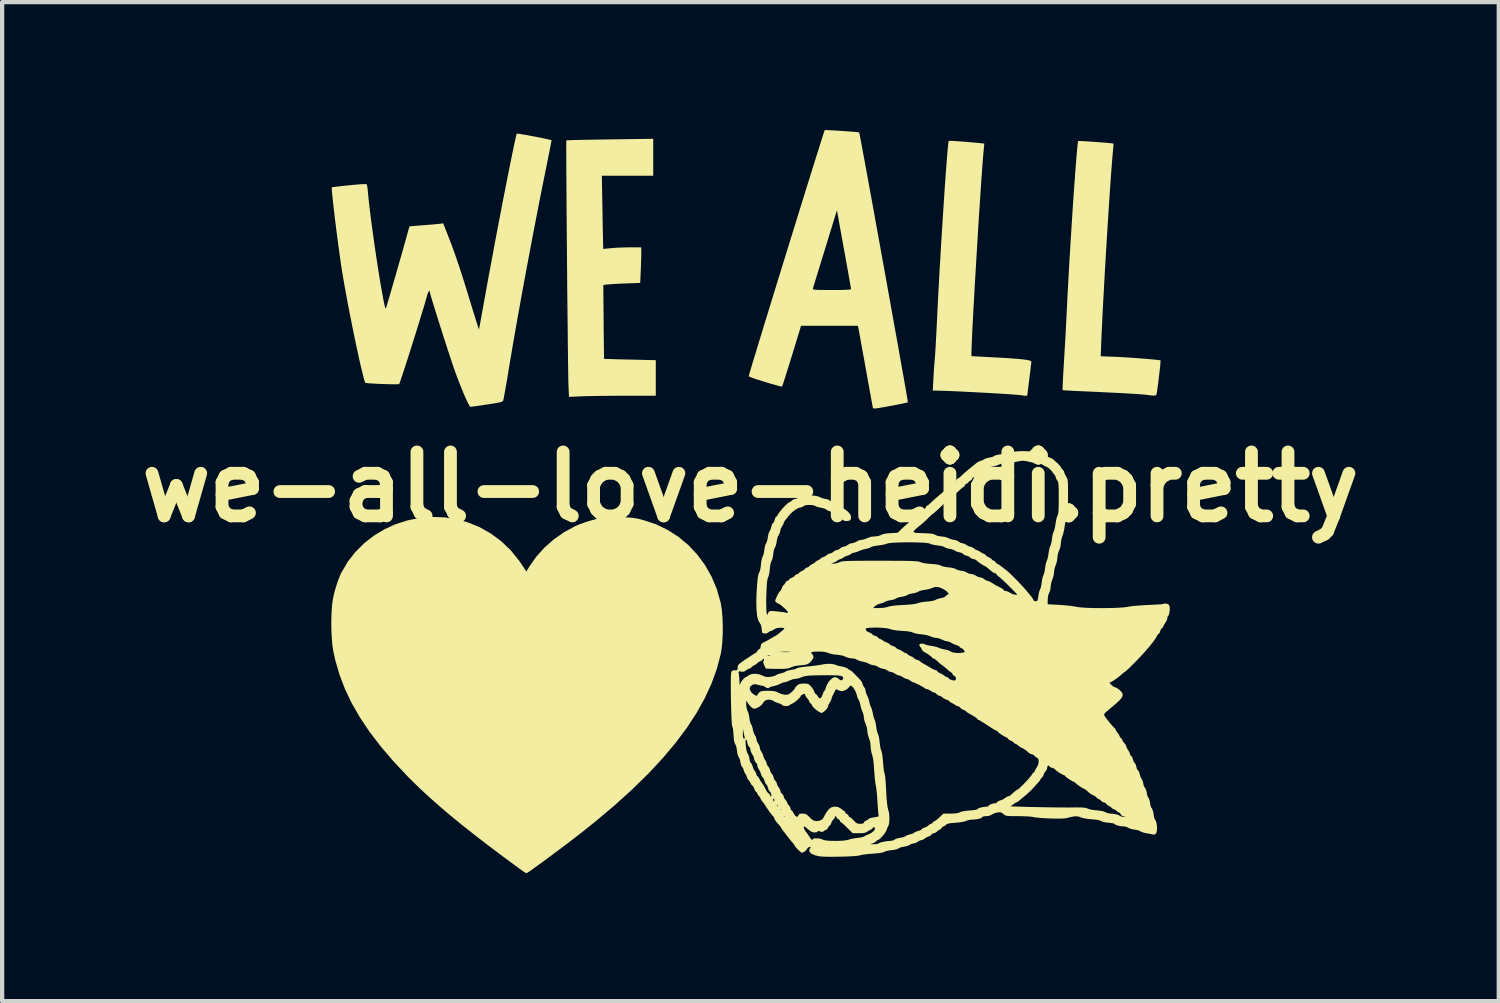
<source format=kicad_pcb>
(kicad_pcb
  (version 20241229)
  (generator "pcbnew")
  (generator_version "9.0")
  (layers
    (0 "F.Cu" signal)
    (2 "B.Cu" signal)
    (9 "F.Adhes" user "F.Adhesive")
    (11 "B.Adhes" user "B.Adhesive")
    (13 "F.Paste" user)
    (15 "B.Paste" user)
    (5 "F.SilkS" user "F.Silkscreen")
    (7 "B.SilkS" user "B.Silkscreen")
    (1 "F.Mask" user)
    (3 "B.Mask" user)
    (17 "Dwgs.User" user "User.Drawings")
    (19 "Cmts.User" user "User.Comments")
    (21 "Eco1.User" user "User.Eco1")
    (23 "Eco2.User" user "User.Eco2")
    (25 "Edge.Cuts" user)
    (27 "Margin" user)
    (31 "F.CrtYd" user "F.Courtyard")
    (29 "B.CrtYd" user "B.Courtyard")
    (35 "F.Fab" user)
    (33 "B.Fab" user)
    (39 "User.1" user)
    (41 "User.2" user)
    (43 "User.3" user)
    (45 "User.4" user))
  (footprint "we-all-love-heidi.pretty"
    (layer "F.Cu")
    (at 14.55 8.371)
    (property "Reference" "we-all-love-heidi.pretty" (at 0 0 0) (layer "F.SilkS") (effects (font (size 1.5 1.5) (thickness 0.3))))
    (attr board_only exclude_from_pos_files exclude_from_bom)
    (fp_poly (pts (xy -2.28 -7.733) (xy -2.28 -7.3) (xy -2.882 -7.3) (xy -3.485 -7.3) (xy -3.47 -6.445) (xy -3.467 -6.264) (xy -3.464 -6.096) (xy -3.461 -5.945) (xy -3.458 -5.815) (xy -3.456 -5.71) (xy -3.454 -5.635) (xy -3.452 -5.593) (xy -3.452 -5.585) (xy -3.431 -5.585) (xy -3.381 -5.59) (xy -3.309 -5.597) (xy -3.279 -5.6) (xy -3.192 -5.608) (xy -3.079 -5.614) (xy -2.955 -5.618) (xy -2.835 -5.62) (xy -2.835 -5.62) (xy -2.56 -5.62) (xy -2.56 -5.485) (xy -2.561 -5.413) (xy -2.564 -5.314) (xy -2.568 -5.199) (xy -2.572 -5.082) (xy -2.573 -5.068) (xy -2.586 -4.786) (xy -2.938 -4.773) (xy -3.059 -4.768) (xy -3.172 -4.762) (xy -3.268 -4.756) (xy -3.339 -4.751) (xy -3.37 -4.748) (xy -3.451 -4.736) (xy -3.443 -3.873) (xy -3.442 -3.691) (xy -3.44 -3.523) (xy -3.438 -3.371) (xy -3.437 -3.24) (xy -3.435 -3.134) (xy -3.434 -3.057) (xy -3.433 -3.014) (xy -3.432 -3.006) (xy -3.412 -3.004) (xy -3.357 -3.002) (xy -3.271 -3) (xy -3.161 -2.996) (xy -3.03 -2.993) (xy -2.883 -2.989) (xy -2.824 -2.988) (xy -2.22 -2.974) (xy -2.22 -2.557) (xy -2.22 -2.14) (xy -2.925 -2.14) (xy -3.106 -2.14) (xy -3.29 -2.138) (xy -3.468 -2.137) (xy -3.633 -2.134) (xy -3.777 -2.132) (xy -3.894 -2.129) (xy -3.943 -2.127) (xy -4.256 -2.114) (xy -4.267 -2.362) (xy -4.269 -2.413) (xy -4.271 -2.499) (xy -4.273 -2.618) (xy -4.275 -2.766) (xy -4.278 -2.941) (xy -4.28 -3.14) (xy -4.283 -3.361) (xy -4.285 -3.6) (xy -4.288 -3.856) (xy -4.291 -4.124) (xy -4.294 -4.403) (xy -4.297 -4.691) (xy -4.299 -4.983) (xy -4.302 -5.277) (xy -4.304 -5.571) (xy -4.307 -5.862) (xy -4.309 -6.147) (xy -4.311 -6.424) (xy -4.313 -6.69) (xy -4.315 -6.941) (xy -4.316 -7.176) (xy -4.318 -7.391) (xy -4.319 -7.584) (xy -4.319 -7.753) (xy -4.32 -7.893) (xy -4.32 -8.004) (xy -4.319 -8.081) (xy -4.318 -8.122) (xy -4.318 -8.129) (xy -4.297 -8.131) (xy -4.239 -8.133) (xy -4.15 -8.136) (xy -4.031 -8.139) (xy -3.888 -8.142) (xy -3.724 -8.145) (xy -3.543 -8.148) (xy -3.348 -8.151) (xy -3.294 -8.152) (xy -2.28 -8.166)) (stroke (width 0) (type solid)) (fill yes) (layer "F.SilkS"))
    (fp_poly (pts (xy 4.728 -8.117) (xy 4.809 -8.112) (xy 4.911 -8.105) (xy 5.027 -8.096) (xy 5.149 -8.086) (xy 5.271 -8.075) (xy 5.367 -8.066) (xy 5.485 -8.054) (xy 5.473 -7.932) (xy 5.463 -7.826) (xy 5.452 -7.69) (xy 5.439 -7.527) (xy 5.426 -7.34) (xy 5.411 -7.132) (xy 5.396 -6.906) (xy 5.38 -6.665) (xy 5.363 -6.411) (xy 5.346 -6.148) (xy 5.33 -5.879) (xy 5.313 -5.606) (xy 5.297 -5.333) (xy 5.281 -5.062) (xy 5.265 -4.797) (xy 5.251 -4.54) (xy 5.237 -4.294) (xy 5.224 -4.062) (xy 5.213 -3.847) (xy 5.203 -3.653) (xy 5.195 -3.481) (xy 5.189 -3.335) (xy 5.185 -3.218) (xy 5.183 -3.133) (xy 5.183 -3.083) (xy 5.185 -3.07) (xy 5.205 -3.068) (xy 5.261 -3.064) (xy 5.345 -3.06) (xy 5.453 -3.054) (xy 5.579 -3.047) (xy 5.69 -3.041) (xy 5.922 -3.029) (xy 6.115 -3.016) (xy 6.273 -3.004) (xy 6.397 -2.992) (xy 6.488 -2.979) (xy 6.549 -2.966) (xy 6.581 -2.952) (xy 6.588 -2.94) (xy 6.586 -2.912) (xy 6.579 -2.85) (xy 6.568 -2.762) (xy 6.555 -2.655) (xy 6.54 -2.534) (xy 6.539 -2.525) (xy 6.491 -2.14) (xy 6.439 -2.14) (xy 6.397 -2.143) (xy 6.378 -2.148) (xy 6.355 -2.152) (xy 6.297 -2.158) (xy 6.208 -2.165) (xy 6.093 -2.174) (xy 5.956 -2.183) (xy 5.802 -2.192) (xy 5.636 -2.202) (xy 5.462 -2.212) (xy 5.285 -2.221) (xy 5.109 -2.23) (xy 4.939 -2.239) (xy 4.78 -2.246) (xy 4.636 -2.252) (xy 4.512 -2.256) (xy 4.412 -2.259) (xy 4.354 -2.26) (xy 4.277 -2.26) (xy 4.29 -2.525) (xy 4.297 -2.648) (xy 4.305 -2.78) (xy 4.315 -2.904) (xy 4.322 -2.99) (xy 4.328 -3.061) (xy 4.335 -3.165) (xy 4.343 -3.295) (xy 4.351 -3.444) (xy 4.36 -3.606) (xy 4.368 -3.773) (xy 4.371 -3.83) (xy 4.382 -4.063) (xy 4.394 -4.311) (xy 4.408 -4.571) (xy 4.423 -4.841) (xy 4.438 -5.118) (xy 4.455 -5.398) (xy 4.471 -5.68) (xy 4.489 -5.959) (xy 4.506 -6.234) (xy 4.523 -6.501) (xy 4.54 -6.758) (xy 4.556 -7.001) (xy 4.572 -7.227) (xy 4.587 -7.435) (xy 4.601 -7.62) (xy 4.614 -7.781) (xy 4.625 -7.913) (xy 4.635 -8.015) (xy 4.643 -8.083) (xy 4.649 -8.115) (xy 4.65 -8.117) (xy 4.672 -8.118)) (stroke (width 0) (type solid)) (fill yes) (layer "F.SilkS"))
    (fp_poly (pts (xy 7.762 -8.113) (xy 7.841 -8.108) (xy 7.939 -8.102) (xy 8.047 -8.095) (xy 8.159 -8.087) (xy 8.266 -8.079) (xy 8.363 -8.07) (xy 8.442 -8.063) (xy 8.494 -8.057) (xy 8.514 -8.053) (xy 8.514 -8.033) (xy 8.51 -7.981) (xy 8.504 -7.908) (xy 8.5 -7.859) (xy 8.487 -7.712) (xy 8.472 -7.528) (xy 8.456 -7.313) (xy 8.439 -7.071) (xy 8.421 -6.806) (xy 8.402 -6.521) (xy 8.383 -6.222) (xy 8.363 -5.913) (xy 8.344 -5.597) (xy 8.325 -5.279) (xy 8.307 -4.964) (xy 8.29 -4.654) (xy 8.274 -4.356) (xy 8.259 -4.072) (xy 8.246 -3.807) (xy 8.235 -3.565) (xy 8.228 -3.398) (xy 8.215 -3.066) (xy 8.552 -3.053) (xy 8.664 -3.048) (xy 8.791 -3.04) (xy 8.926 -3.032) (xy 9.064 -3.022) (xy 9.199 -3.012) (xy 9.325 -3.001) (xy 9.435 -2.991) (xy 9.525 -2.982) (xy 9.588 -2.975) (xy 9.617 -2.969) (xy 9.619 -2.968) (xy 9.619 -2.947) (xy 9.614 -2.893) (xy 9.607 -2.815) (xy 9.596 -2.719) (xy 9.584 -2.613) (xy 9.571 -2.505) (xy 9.558 -2.4) (xy 9.545 -2.308) (xy 9.535 -2.235) (xy 9.527 -2.189) (xy 9.526 -2.185) (xy 9.518 -2.162) (xy 9.502 -2.149) (xy 9.47 -2.143) (xy 9.416 -2.146) (xy 9.332 -2.155) (xy 9.29 -2.161) (xy 9.218 -2.168) (xy 9.108 -2.177) (xy 8.964 -2.186) (xy 8.786 -2.197) (xy 8.579 -2.208) (xy 8.343 -2.219) (xy 8.082 -2.232) (xy 7.85 -2.242) (xy 7.71 -2.248) (xy 7.584 -2.254) (xy 7.476 -2.26) (xy 7.393 -2.265) (xy 7.34 -2.269) (xy 7.322 -2.272) (xy 7.321 -2.293) (xy 7.322 -2.348) (xy 7.325 -2.431) (xy 7.33 -2.534) (xy 7.336 -2.653) (xy 7.337 -2.665) (xy 7.351 -2.91) (xy 7.364 -3.122) (xy 7.374 -3.305) (xy 7.384 -3.466) (xy 7.392 -3.61) (xy 7.399 -3.743) (xy 7.406 -3.871) (xy 7.412 -4) (xy 7.419 -4.135) (xy 7.42 -4.16) (xy 7.432 -4.407) (xy 7.446 -4.667) (xy 7.461 -4.936) (xy 7.476 -5.211) (xy 7.493 -5.489) (xy 7.509 -5.768) (xy 7.527 -6.045) (xy 7.544 -6.316) (xy 7.561 -6.578) (xy 7.578 -6.83) (xy 7.595 -7.068) (xy 7.611 -7.288) (xy 7.626 -7.489) (xy 7.64 -7.667) (xy 7.652 -7.819) (xy 7.664 -7.943) (xy 7.673 -8.035) (xy 7.681 -8.093) (xy 7.686 -8.113) (xy 7.708 -8.114)) (stroke (width 0) (type solid)) (fill yes) (layer "F.SilkS"))
    (fp_poly (pts (xy -7.168 0.713) (xy -6.872 0.761) (xy -6.633 0.828) (xy -6.351 0.943) (xy -6.085 1.093) (xy -5.84 1.276) (xy -5.619 1.488) (xy -5.426 1.727) (xy -5.385 1.786) (xy -5.255 1.982) (xy -5.186 1.867) (xy -5.026 1.639) (xy -4.833 1.424) (xy -4.613 1.23) (xy -4.371 1.06) (xy -4.112 0.919) (xy -4.111 0.918) (xy -4.016 0.878) (xy -3.899 0.835) (xy -3.778 0.796) (xy -3.703 0.775) (xy -3.616 0.752) (xy -3.544 0.736) (xy -3.477 0.725) (xy -3.405 0.718) (xy -3.32 0.715) (xy -3.211 0.713) (xy -3.11 0.713) (xy -2.978 0.714) (xy -2.876 0.715) (xy -2.795 0.72) (xy -2.726 0.728) (xy -2.658 0.74) (xy -2.583 0.758) (xy -2.514 0.776) (xy -2.22 0.873) (xy -1.944 1.005) (xy -1.689 1.169) (xy -1.456 1.363) (xy -1.247 1.585) (xy -1.066 1.831) (xy -0.913 2.1) (xy -0.791 2.389) (xy -0.703 2.696) (xy -0.697 2.72) (xy -0.672 2.875) (xy -0.656 3.057) (xy -0.649 3.255) (xy -0.65 3.456) (xy -0.661 3.65) (xy -0.68 3.824) (xy -0.697 3.92) (xy -0.787 4.263) (xy -0.911 4.606) (xy -1.07 4.951) (xy -1.263 5.298) (xy -1.491 5.648) (xy -1.756 6.001) (xy -2.056 6.359) (xy -2.394 6.721) (xy -2.768 7.088) (xy -3.181 7.462) (xy -3.632 7.842) (xy -3.97 8.112) (xy -4.083 8.199) (xy -4.207 8.295) (xy -4.339 8.395) (xy -4.476 8.498) (xy -4.612 8.6) (xy -4.745 8.698) (xy -4.871 8.791) (xy -4.985 8.874) (xy -5.083 8.945) (xy -5.163 9.002) (xy -5.22 9.04) (xy -5.25 9.058) (xy -5.253 9.059) (xy -5.277 9.048) (xy -5.322 9.019) (xy -5.37 8.986) (xy -5.765 8.695) (xy -6.128 8.423) (xy -6.461 8.167) (xy -6.767 7.925) (xy -7.048 7.695) (xy -7.306 7.475) (xy -7.545 7.263) (xy -7.766 7.058) (xy -7.972 6.857) (xy -8.041 6.787) (xy -8.375 6.431) (xy -8.672 6.083) (xy -8.933 5.742) (xy -9.158 5.406) (xy -9.351 5.071) (xy -9.51 4.738) (xy -9.638 4.402) (xy -9.737 4.063) (xy -9.785 3.841) (xy -9.806 3.693) (xy -9.821 3.516) (xy -9.829 3.324) (xy -9.83 3.126) (xy -9.824 2.936) (xy -9.811 2.763) (xy -9.794 2.638) (xy -9.765 2.499) (xy -9.723 2.349) (xy -9.674 2.201) (xy -9.623 2.07) (xy -9.595 2.01) (xy -9.445 1.755) (xy -9.266 1.525) (xy -9.06 1.32) (xy -8.832 1.142) (xy -8.584 0.992) (xy -8.32 0.872) (xy -8.043 0.783) (xy -7.756 0.726) (xy -7.463 0.702)) (stroke (width 0) (type solid)) (fill yes) (layer "F.SilkS"))
    (fp_poly (pts (xy 1.818 -8.369) (xy 1.897 -8.365) (xy 1.993 -8.36) (xy 2.101 -8.353) (xy 2.211 -8.345) (xy 2.317 -8.338) (xy 2.411 -8.33) (xy 2.486 -8.324) (xy 2.535 -8.319) (xy 2.55 -8.315) (xy 2.555 -8.294) (xy 2.567 -8.237) (xy 2.584 -8.145) (xy 2.608 -8.021) (xy 2.636 -7.868) (xy 2.669 -7.689) (xy 2.707 -7.485) (xy 2.748 -7.26) (xy 2.792 -7.016) (xy 2.84 -6.756) (xy 2.89 -6.482) (xy 2.941 -6.196) (xy 2.995 -5.901) (xy 3.049 -5.601) (xy 3.104 -5.296) (xy 3.16 -4.99) (xy 3.214 -4.686) (xy 3.268 -4.385) (xy 3.321 -4.091) (xy 3.372 -3.806) (xy 3.421 -3.532) (xy 3.468 -3.272) (xy 3.511 -3.029) (xy 3.551 -2.805) (xy 3.587 -2.603) (xy 3.618 -2.425) (xy 3.645 -2.273) (xy 3.666 -2.151) (xy 3.681 -2.061) (xy 3.69 -2.005) (xy 3.693 -1.986) (xy 3.67 -1.979) (xy 3.614 -1.966) (xy 3.531 -1.948) (xy 3.426 -1.928) (xy 3.307 -1.905) (xy 3.279 -1.9) (xy 3.145 -1.875) (xy 3.044 -1.858) (xy 2.972 -1.846) (xy 2.924 -1.841) (xy 2.895 -1.841) (xy 2.88 -1.847) (xy 2.872 -1.857) (xy 2.869 -1.868) (xy 2.864 -1.896) (xy 2.852 -1.959) (xy 2.835 -2.053) (xy 2.813 -2.174) (xy 2.787 -2.318) (xy 2.757 -2.48) (xy 2.726 -2.657) (xy 2.7 -2.8) (xy 2.667 -2.985) (xy 2.635 -3.159) (xy 2.606 -3.318) (xy 2.581 -3.457) (xy 2.56 -3.573) (xy 2.544 -3.66) (xy 2.533 -3.716) (xy 2.53 -3.735) (xy 2.519 -3.78) (xy 1.853 -3.78) (xy 1.187 -3.78) (xy 0.971 -3.075) (xy 0.921 -2.914) (xy 0.875 -2.766) (xy 0.833 -2.633) (xy 0.798 -2.522) (xy 0.77 -2.436) (xy 0.75 -2.379) (xy 0.741 -2.355) (xy 0.741 -2.355) (xy 0.72 -2.357) (xy 0.667 -2.369) (xy 0.591 -2.39) (xy 0.498 -2.416) (xy 0.394 -2.447) (xy 0.288 -2.48) (xy 0.186 -2.512) (xy 0.095 -2.542) (xy 0.022 -2.568) (xy -0.026 -2.587) (xy -0.041 -2.595) (xy -0.036 -2.615) (xy -0.021 -2.671) (xy 0.006 -2.76) (xy 0.041 -2.879) (xy 0.086 -3.026) (xy 0.138 -3.199) (xy 0.198 -3.395) (xy 0.264 -3.611) (xy 0.335 -3.845) (xy 0.412 -4.094) (xy 0.492 -4.356) (xy 0.576 -4.628) (xy 0.581 -4.644) (xy 1.464 -4.644) (xy 1.472 -4.635) (xy 1.494 -4.629) (xy 1.533 -4.625) (xy 1.596 -4.622) (xy 1.686 -4.621) (xy 1.808 -4.62) (xy 1.908 -4.62) (xy 2.061 -4.62) (xy 2.177 -4.622) (xy 2.262 -4.625) (xy 2.318 -4.63) (xy 2.349 -4.636) (xy 2.359 -4.644) (xy 2.359 -4.645) (xy 2.355 -4.669) (xy 2.345 -4.729) (xy 2.329 -4.82) (xy 2.308 -4.938) (xy 2.283 -5.079) (xy 2.254 -5.24) (xy 2.223 -5.416) (xy 2.193 -5.578) (xy 2.028 -6.487) (xy 1.751 -5.588) (xy 1.695 -5.406) (xy 1.642 -5.234) (xy 1.594 -5.077) (xy 1.552 -4.939) (xy 1.516 -4.824) (xy 1.489 -4.736) (xy 1.472 -4.678) (xy 1.465 -4.655) (xy 1.464 -4.644) (xy 0.581 -4.644) (xy 0.662 -4.908) (xy 0.75 -5.193) (xy 0.839 -5.48) (xy 0.928 -5.768) (xy 1.016 -6.052) (xy 1.102 -6.332) (xy 1.187 -6.605) (xy 1.268 -6.867) (xy 1.346 -7.116) (xy 1.419 -7.35) (xy 1.487 -7.567) (xy 1.548 -7.763) (xy 1.603 -7.936) (xy 1.649 -8.084) (xy 1.687 -8.203) (xy 1.716 -8.293) (xy 1.735 -8.349) (xy 1.743 -8.37) (xy 1.764 -8.371)) (stroke (width 0) (type solid)) (fill yes) (layer "F.SilkS"))
    (fp_poly (pts (xy -5.458 -8.287) (xy -5.404 -8.279) (xy -5.326 -8.266) (xy -5.23 -8.25) (xy -5.123 -8.23) (xy -5.014 -8.209) (xy -4.908 -8.188) (xy -4.813 -8.168) (xy -4.736 -8.151) (xy -4.684 -8.138) (xy -4.665 -8.131) (xy -4.668 -8.111) (xy -4.678 -8.057) (xy -4.694 -7.972) (xy -4.716 -7.862) (xy -4.742 -7.73) (xy -4.772 -7.582) (xy -4.799 -7.449) (xy -4.879 -7.053) (xy -4.962 -6.635) (xy -5.046 -6.199) (xy -5.132 -5.752) (xy -5.217 -5.3) (xy -5.301 -4.85) (xy -5.382 -4.407) (xy -5.459 -3.977) (xy -5.532 -3.566) (xy -5.598 -3.18) (xy -5.658 -2.826) (xy -5.672 -2.74) (xy -5.698 -2.58) (xy -5.724 -2.431) (xy -5.747 -2.298) (xy -5.767 -2.186) (xy -5.783 -2.101) (xy -5.794 -2.046) (xy -5.798 -2.029) (xy -5.808 -2.014) (xy -5.829 -2.001) (xy -5.864 -1.989) (xy -5.921 -1.976) (xy -6.004 -1.961) (xy -6.119 -1.943) (xy -6.183 -1.934) (xy -6.3 -1.916) (xy -6.404 -1.901) (xy -6.488 -1.89) (xy -6.546 -1.882) (xy -6.57 -1.88) (xy -6.585 -1.898) (xy -6.612 -1.945) (xy -6.648 -2.016) (xy -6.688 -2.104) (xy -6.698 -2.126) (xy -6.742 -2.229) (xy -6.794 -2.358) (xy -6.85 -2.5) (xy -6.903 -2.641) (xy -6.934 -2.727) (xy -6.964 -2.814) (xy -7.002 -2.926) (xy -7.046 -3.058) (xy -7.095 -3.206) (xy -7.146 -3.365) (xy -7.2 -3.531) (xy -7.253 -3.699) (xy -7.306 -3.865) (xy -7.356 -4.024) (xy -7.402 -4.171) (xy -7.442 -4.302) (xy -7.476 -4.413) (xy -7.501 -4.498) (xy -7.516 -4.554) (xy -7.52 -4.575) (xy -7.525 -4.602) (xy -7.539 -4.596) (xy -7.558 -4.561) (xy -7.58 -4.502) (xy -7.588 -4.475) (xy -7.612 -4.389) (xy -7.644 -4.278) (xy -7.684 -4.145) (xy -7.73 -3.995) (xy -7.78 -3.832) (xy -7.833 -3.661) (xy -7.888 -3.485) (xy -7.943 -3.31) (xy -7.998 -3.138) (xy -8.05 -2.975) (xy -8.098 -2.825) (xy -8.142 -2.692) (xy -8.179 -2.58) (xy -8.208 -2.493) (xy -8.229 -2.437) (xy -8.239 -2.414) (xy -8.262 -2.41) (xy -8.318 -2.408) (xy -8.399 -2.409) (xy -8.497 -2.411) (xy -8.605 -2.414) (xy -8.714 -2.418) (xy -8.819 -2.424) (xy -8.91 -2.429) (xy -8.98 -2.435) (xy -9.023 -2.441) (xy -9.031 -2.444) (xy -9.045 -2.474) (xy -9.065 -2.538) (xy -9.09 -2.635) (xy -9.121 -2.76) (xy -9.156 -2.909) (xy -9.193 -3.079) (xy -9.234 -3.265) (xy -9.276 -3.465) (xy -9.319 -3.674) (xy -9.362 -3.889) (xy -9.405 -4.105) (xy -9.446 -4.319) (xy -9.485 -4.528) (xy -9.521 -4.727) (xy -9.553 -4.913) (xy -9.581 -5.082) (xy -9.59 -5.14) (xy -9.612 -5.287) (xy -9.635 -5.449) (xy -9.659 -5.622) (xy -9.683 -5.803) (xy -9.707 -5.986) (xy -9.729 -6.167) (xy -9.751 -6.342) (xy -9.77 -6.506) (xy -9.787 -6.656) (xy -9.801 -6.786) (xy -9.812 -6.893) (xy -9.818 -6.971) (xy -9.82 -7.017) (xy -9.818 -7.028) (xy -9.797 -7.032) (xy -9.742 -7.039) (xy -9.659 -7.049) (xy -9.555 -7.061) (xy -9.435 -7.073) (xy -9.41 -7.076) (xy -9.253 -7.091) (xy -9.135 -7.1) (xy -9.053 -7.103) (xy -9.008 -7.101) (xy -8.998 -7.096) (xy -8.99 -7.068) (xy -8.981 -7.01) (xy -8.973 -6.935) (xy -8.971 -6.913) (xy -8.957 -6.763) (xy -8.936 -6.58) (xy -8.911 -6.371) (xy -8.881 -6.142) (xy -8.848 -5.9) (xy -8.813 -5.651) (xy -8.776 -5.401) (xy -8.739 -5.157) (xy -8.702 -4.926) (xy -8.666 -4.714) (xy -8.639 -4.561) (xy -8.614 -4.423) (xy -8.594 -4.322) (xy -8.579 -4.252) (xy -8.568 -4.21) (xy -8.559 -4.191) (xy -8.551 -4.192) (xy -8.543 -4.21) (xy -8.54 -4.22) (xy -8.519 -4.288) (xy -8.489 -4.388) (xy -8.452 -4.515) (xy -8.41 -4.661) (xy -8.363 -4.821) (xy -8.315 -4.988) (xy -8.266 -5.157) (xy -8.22 -5.321) (xy -8.176 -5.474) (xy -8.138 -5.609) (xy -8.106 -5.721) (xy -8.083 -5.803) (xy -8.079 -5.817) (xy -8.052 -5.918) (xy -8.028 -6.004) (xy -8.009 -6.069) (xy -7.998 -6.105) (xy -7.996 -6.11) (xy -7.975 -6.113) (xy -7.921 -6.119) (xy -7.841 -6.126) (xy -7.742 -6.134) (xy -7.68 -6.138) (xy -7.566 -6.147) (xy -7.459 -6.156) (xy -7.369 -6.164) (xy -7.305 -6.17) (xy -7.288 -6.172) (xy -7.206 -6.184) (xy -7.086 -5.877) (xy -7.004 -5.665) (xy -6.923 -5.441) (xy -6.841 -5.2) (xy -6.754 -4.935) (xy -6.662 -4.64) (xy -6.631 -4.54) (xy -6.588 -4.399) (xy -6.545 -4.257) (xy -6.503 -4.122) (xy -6.466 -4.005) (xy -6.438 -3.914) (xy -6.434 -3.9) (xy -6.367 -3.69) (xy -6.343 -3.82) (xy -6.334 -3.868) (xy -6.319 -3.95) (xy -6.299 -4.062) (xy -6.274 -4.198) (xy -6.246 -4.354) (xy -6.215 -4.524) (xy -6.182 -4.704) (xy -6.169 -4.78) (xy -6.121 -5.041) (xy -6.071 -5.309) (xy -6.02 -5.582) (xy -5.969 -5.857) (xy -5.917 -6.13) (xy -5.865 -6.4) (xy -5.815 -6.663) (xy -5.765 -6.916) (xy -5.718 -7.156) (xy -5.673 -7.381) (xy -5.632 -7.588) (xy -5.594 -7.774) (xy -5.561 -7.935) (xy -5.532 -8.07) (xy -5.509 -8.175) (xy -5.492 -8.247) (xy -5.481 -8.283) (xy -5.479 -8.287)) (stroke (width 0) (type solid)) (fill yes) (layer "F.SilkS"))
    (fp_poly (pts (xy 6.449 -0.84) (xy 6.543 -0.835) (xy 6.618 -0.825) (xy 6.662 -0.813) (xy 6.714 -0.793) (xy 6.783 -0.776) (xy 6.812 -0.771) (xy 6.876 -0.757) (xy 6.926 -0.739) (xy 6.94 -0.731) (xy 6.983 -0.705) (xy 7.02 -0.69) (xy 7.071 -0.668) (xy 7.1 -0.648) (xy 7.132 -0.618) (xy 7.18 -0.575) (xy 7.205 -0.553) (xy 7.248 -0.51) (xy 7.275 -0.477) (xy 7.28 -0.466) (xy 7.293 -0.439) (xy 7.32 -0.41) (xy 7.35 -0.373) (xy 7.36 -0.344) (xy 7.37 -0.31) (xy 7.395 -0.259) (xy 7.405 -0.242) (xy 7.42 -0.217) (xy 7.431 -0.191) (xy 7.439 -0.159) (xy 7.444 -0.114) (xy 7.447 -0.051) (xy 7.448 0.036) (xy 7.448 0.152) (xy 7.448 0.274) (xy 7.447 0.422) (xy 7.445 0.535) (xy 7.442 0.619) (xy 7.438 0.679) (xy 7.431 0.721) (xy 7.422 0.751) (xy 7.411 0.771) (xy 7.39 0.821) (xy 7.373 0.891) (xy 7.367 0.937) (xy 7.353 1.022) (xy 7.331 1.109) (xy 7.318 1.144) (xy 7.295 1.22) (xy 7.281 1.299) (xy 7.28 1.324) (xy 7.27 1.402) (xy 7.244 1.478) (xy 7.24 1.485) (xy 7.211 1.564) (xy 7.199 1.653) (xy 7.199 1.655) (xy 7.19 1.733) (xy 7.168 1.812) (xy 7.16 1.83) (xy 7.134 1.904) (xy 7.121 1.985) (xy 7.12 2) (xy 7.11 2.078) (xy 7.086 2.156) (xy 7.08 2.17) (xy 7.055 2.244) (xy 7.041 2.325) (xy 7.041 2.341) (xy 7.033 2.409) (xy 7.014 2.467) (xy 7.007 2.478) (xy 6.985 2.534) (xy 6.973 2.615) (xy 6.972 2.637) (xy 6.97 2.75) (xy 7.25 2.766) (xy 7.364 2.774) (xy 7.475 2.785) (xy 7.57 2.797) (xy 7.64 2.809) (xy 7.647 2.811) (xy 7.713 2.821) (xy 7.811 2.83) (xy 7.933 2.836) (xy 8.073 2.84) (xy 8.222 2.841) (xy 8.372 2.84) (xy 8.516 2.837) (xy 8.646 2.831) (xy 8.754 2.824) (xy 8.833 2.813) (xy 8.85 2.81) (xy 8.91 2.8) (xy 9.001 2.789) (xy 9.113 2.78) (xy 9.236 2.772) (xy 9.326 2.768) (xy 9.441 2.762) (xy 9.541 2.757) (xy 9.62 2.751) (xy 9.672 2.745) (xy 9.69 2.74) (xy 9.713 2.733) (xy 9.757 2.735) (xy 9.807 2.754) (xy 9.829 2.794) (xy 9.834 2.842) (xy 9.832 2.901) (xy 9.823 2.96) (xy 9.811 3.004) (xy 9.798 3.02) (xy 9.784 3.037) (xy 9.78 3.067) (xy 9.768 3.118) (xy 9.744 3.162) (xy 9.708 3.219) (xy 9.685 3.265) (xy 9.662 3.304) (xy 9.642 3.32) (xy 9.625 3.337) (xy 9.61 3.379) (xy 9.61 3.38) (xy 9.595 3.422) (xy 9.578 3.44) (xy 9.578 3.44) (xy 9.556 3.456) (xy 9.539 3.485) (xy 9.501 3.552) (xy 9.438 3.64) (xy 9.353 3.746) (xy 9.252 3.864) (xy 9.204 3.917) (xy 9.127 3.999) (xy 9.047 4.082) (xy 8.968 4.162) (xy 8.897 4.233) (xy 8.837 4.289) (xy 8.795 4.327) (xy 8.775 4.34) (xy 8.755 4.352) (xy 8.718 4.384) (xy 8.7 4.4) (xy 8.647 4.446) (xy 8.584 4.493) (xy 8.522 4.536) (xy 8.471 4.567) (xy 8.44 4.58) (xy 8.439 4.58) (xy 8.421 4.587) (xy 8.434 4.611) (xy 8.473 4.651) (xy 8.517 4.684) (xy 8.555 4.7) (xy 8.558 4.7) (xy 8.59 4.713) (xy 8.638 4.746) (xy 8.666 4.77) (xy 8.708 4.814) (xy 8.729 4.856) (xy 8.728 4.899) (xy 8.703 4.949) (xy 8.65 5.009) (xy 8.568 5.084) (xy 8.491 5.15) (xy 8.407 5.22) (xy 8.35 5.269) (xy 8.314 5.302) (xy 8.297 5.325) (xy 8.293 5.341) (xy 8.298 5.357) (xy 8.304 5.368) (xy 8.328 5.404) (xy 8.368 5.457) (xy 8.416 5.517) (xy 8.465 5.575) (xy 8.508 5.624) (xy 8.537 5.653) (xy 8.543 5.657) (xy 8.56 5.68) (xy 8.56 5.684) (xy 8.572 5.711) (xy 8.601 5.753) (xy 8.61 5.764) (xy 8.643 5.809) (xy 8.659 5.846) (xy 8.66 5.852) (xy 8.672 5.877) (xy 8.681 5.88) (xy 8.702 5.897) (xy 8.722 5.937) (xy 8.722 5.938) (xy 8.745 5.983) (xy 8.769 6.007) (xy 8.792 6.032) (xy 8.809 6.072) (xy 8.832 6.129) (xy 8.861 6.176) (xy 8.889 6.222) (xy 8.9 6.261) (xy 8.914 6.296) (xy 8.929 6.307) (xy 8.951 6.332) (xy 8.969 6.381) (xy 8.971 6.391) (xy 8.987 6.441) (xy 9.007 6.471) (xy 9.011 6.473) (xy 9.031 6.498) (xy 9.047 6.546) (xy 9.05 6.56) (xy 9.064 6.612) (xy 9.084 6.644) (xy 9.089 6.647) (xy 9.109 6.671) (xy 9.126 6.72) (xy 9.129 6.733) (xy 9.146 6.793) (xy 9.17 6.839) (xy 9.173 6.843) (xy 9.195 6.884) (xy 9.212 6.944) (xy 9.214 6.958) (xy 9.224 7.009) (xy 9.237 7.038) (xy 9.241 7.04) (xy 9.257 7.057) (xy 9.276 7.099) (xy 9.292 7.152) (xy 9.3 7.201) (xy 9.3 7.206) (xy 9.313 7.254) (xy 9.331 7.281) (xy 9.351 7.32) (xy 9.368 7.381) (xy 9.373 7.417) (xy 9.383 7.475) (xy 9.395 7.512) (xy 9.402 7.52) (xy 9.417 7.538) (xy 9.434 7.582) (xy 9.45 7.639) (xy 9.459 7.696) (xy 9.46 7.718) (xy 9.472 7.77) (xy 9.489 7.799) (xy 9.513 7.846) (xy 9.529 7.917) (xy 9.536 7.997) (xy 9.531 8.069) (xy 9.519 8.112) (xy 9.491 8.148) (xy 9.454 8.153) (xy 9.441 8.15) (xy 9.392 8.14) (xy 9.323 8.127) (xy 9.283 8.12) (xy 9.216 8.105) (xy 9.162 8.086) (xy 9.143 8.074) (xy 9.105 8.055) (xy 9.043 8.041) (xy 9.005 8.035) (xy 8.937 8.024) (xy 8.882 8.005) (xy 8.863 7.993) (xy 8.816 7.97) (xy 8.751 7.96) (xy 8.746 7.96) (xy 8.682 7.955) (xy 8.618 7.942) (xy 8.567 7.924) (xy 8.541 7.905) (xy 8.54 7.901) (xy 8.522 7.892) (xy 8.474 7.883) (xy 8.406 7.876) (xy 8.399 7.875) (xy 8.316 7.865) (xy 8.252 7.849) (xy 8.224 7.835) (xy 8.18 7.816) (xy 8.098 7.802) (xy 8.005 7.794) (xy 7.909 7.785) (xy 7.825 7.771) (xy 7.766 7.755) (xy 7.757 7.751) (xy 7.687 7.727) (xy 7.611 7.723) (xy 7.516 7.739) (xy 7.464 7.753) (xy 7.411 7.766) (xy 7.353 7.774) (xy 7.282 7.778) (xy 7.188 7.778) (xy 7.065 7.775) (xy 7.031 7.774) (xy 6.916 7.769) (xy 6.81 7.762) (xy 6.721 7.754) (xy 6.659 7.746) (xy 6.64 7.742) (xy 6.595 7.734) (xy 6.519 7.727) (xy 6.423 7.723) (xy 6.314 7.72) (xy 6.278 7.72) (xy 6.164 7.72) (xy 6.083 7.718) (xy 6.027 7.714) (xy 5.99 7.707) (xy 5.964 7.696) (xy 5.942 7.679) (xy 5.932 7.67) (xy 5.89 7.638) (xy 5.847 7.628) (xy 5.794 7.633) (xy 5.728 7.65) (xy 5.671 7.677) (xy 5.662 7.683) (xy 5.599 7.712) (xy 5.527 7.72) (xy 5.475 7.724) (xy 5.444 7.733) (xy 5.44 7.738) (xy 5.422 7.759) (xy 5.374 7.778) (xy 5.307 7.793) (xy 5.232 7.8) (xy 5.216 7.8) (xy 5.143 7.807) (xy 5.076 7.823) (xy 5.057 7.832) (xy 5.003 7.849) (xy 4.921 7.864) (xy 4.82 7.874) (xy 4.808 7.875) (xy 4.713 7.882) (xy 4.649 7.892) (xy 4.609 7.906) (xy 4.587 7.923) (xy 4.552 7.952) (xy 4.528 7.96) (xy 4.498 7.976) (xy 4.48 8) (xy 4.453 8.032) (xy 4.434 8.04) (xy 4.403 8.054) (xy 4.375 8.08) (xy 4.334 8.111) (xy 4.3 8.12) (xy 4.261 8.133) (xy 4.248 8.149) (xy 4.222 8.175) (xy 4.176 8.198) (xy 4.17 8.2) (xy 4.117 8.223) (xy 4.08 8.249) (xy 4.079 8.251) (xy 4.04 8.276) (xy 4.016 8.28) (xy 3.972 8.292) (xy 3.925 8.32) (xy 3.873 8.349) (xy 3.824 8.36) (xy 3.77 8.373) (xy 3.737 8.392) (xy 3.696 8.414) (xy 3.634 8.431) (xy 3.606 8.435) (xy 3.541 8.447) (xy 3.488 8.467) (xy 3.474 8.476) (xy 3.433 8.496) (xy 3.364 8.511) (xy 3.314 8.517) (xy 3.24 8.526) (xy 3.175 8.542) (xy 3.143 8.556) (xy 3.095 8.574) (xy 3.009 8.588) (xy 2.885 8.599) (xy 2.863 8.601) (xy 2.764 8.608) (xy 2.675 8.618) (xy 2.605 8.629) (xy 2.57 8.639) (xy 2.53 8.647) (xy 2.457 8.655) (xy 2.359 8.661) (xy 2.244 8.667) (xy 2.119 8.67) (xy 1.992 8.672) (xy 1.87 8.673) (xy 1.76 8.671) (xy 1.671 8.667) (xy 1.62 8.662) (xy 1.517 8.639) (xy 1.44 8.606) (xy 1.392 8.565) (xy 1.376 8.52) (xy 1.396 8.473) (xy 1.404 8.464) (xy 1.415 8.445) (xy 1.39 8.44) (xy 1.389 8.44) (xy 1.351 8.457) (xy 1.33 8.485) (xy 1.298 8.527) (xy 1.256 8.559) (xy 1.223 8.575) (xy 1.197 8.574) (xy 1.167 8.554) (xy 1.121 8.511) (xy 1.077 8.465) (xy 1.047 8.43) (xy 1.04 8.416) (xy 1.028 8.391) (xy 1.005 8.362) (xy 0.945 8.292) (xy 0.869 8.196) (xy 0.855 8.177) (xy 0.818 8.129) (xy 0.775 8.074) (xy 0.77 8.067) (xy 0.738 8.025) (xy 0.721 7.996) (xy 0.72 7.992) (xy 0.711 7.975) (xy 1.251 7.975) (xy 1.257 8.01) (xy 1.276 8.052) (xy 1.298 8.083) (xy 1.328 8.121) (xy 1.365 8.175) (xy 1.379 8.198) (xy 1.417 8.254) (xy 1.444 8.279) (xy 1.459 8.272) (xy 1.46 8.26) (xy 1.477 8.247) (xy 1.521 8.241) (xy 1.578 8.242) (xy 1.636 8.249) (xy 1.681 8.263) (xy 1.691 8.269) (xy 1.73 8.283) (xy 1.799 8.293) (xy 1.889 8.299) (xy 1.989 8.301) (xy 2.091 8.299) (xy 2.185 8.293) (xy 2.26 8.283) (xy 2.303 8.272) (xy 2.358 8.255) (xy 2.435 8.24) (xy 2.51 8.23) (xy 2.585 8.219) (xy 2.646 8.205) (xy 2.68 8.19) (xy 2.68 8.19) (xy 2.723 8.164) (xy 2.76 8.15) (xy 2.82 8.123) (xy 2.874 8.084) (xy 2.911 8.044) (xy 2.92 8.02) (xy 2.911 7.98) (xy 2.889 7.976) (xy 2.866 8) (xy 2.836 8.031) (xy 2.817 8.04) (xy 2.788 8.051) (xy 2.747 8.079) (xy 2.745 8.08) (xy 2.708 8.102) (xy 2.659 8.115) (xy 2.586 8.12) (xy 2.546 8.12) (xy 2.398 8.12) (xy 2.266 7.99) (xy 2.207 7.933) (xy 2.157 7.889) (xy 2.125 7.864) (xy 2.117 7.86) (xy 2.102 7.844) (xy 2.1 7.831) (xy 2.083 7.803) (xy 2.06 7.79) (xy 2.028 7.768) (xy 2.02 7.749) (xy 2.009 7.723) (xy 2 7.72) (xy 1.982 7.736) (xy 1.98 7.751) (xy 1.964 7.784) (xy 1.951 7.792) (xy 1.926 7.818) (xy 1.902 7.865) (xy 1.899 7.872) (xy 1.88 7.917) (xy 1.861 7.939) (xy 1.858 7.94) (xy 1.838 7.957) (xy 1.82 7.99) (xy 1.798 8.027) (xy 1.777 8.04) (xy 1.744 8.052) (xy 1.718 8.072) (xy 1.683 8.092) (xy 1.644 8.082) (xy 1.639 8.08) (xy 1.597 8.067) (xy 1.582 8.076) (xy 1.553 8.097) (xy 1.54 8.1) (xy 1.474 8.101) (xy 1.415 8.078) (xy 1.354 8.03) (xy 1.308 7.99) (xy 1.272 7.965) (xy 1.261 7.96) (xy 1.251 7.975) (xy 0.711 7.975) (xy 0.708 7.97) (xy 0.685 7.942) (xy 0.614 7.861) (xy 0.572 7.803) (xy 0.56 7.769) (xy 0.545 7.735) (xy 0.539 7.73) (xy 0.78 7.73) (xy 0.79 7.74) (xy 0.8 7.73) (xy 0.79 7.72) (xy 0.78 7.73) (xy 0.539 7.73) (xy 0.534 7.726) (xy 0.512 7.703) (xy 0.475 7.655) (xy 0.43 7.593) (xy 0.414 7.57) (xy 0.7 7.57) (xy 0.71 7.58) (xy 0.72 7.57) (xy 0.71 7.56) (xy 0.7 7.57) (xy 0.414 7.57) (xy 0.383 7.526) (xy 0.346 7.468) (xy 0.622 7.468) (xy 0.625 7.494) (xy 0.632 7.495) (xy 0.637 7.468) (xy 0.634 7.456) (xy 0.625 7.449) (xy 0.622 7.468) (xy 0.346 7.468) (xy 0.343 7.463) (xy 0.33 7.441) (xy 0.299 7.399) (xy 0.275 7.372) (xy 0.248 7.335) (xy 0.53 7.335) (xy 0.533 7.351) (xy 0.549 7.378) (xy 0.558 7.366) (xy 0.56 7.339) (xy 0.553 7.311) (xy 0.541 7.309) (xy 0.53 7.335) (xy 0.248 7.335) (xy 0.248 7.335) (xy 0.24 7.312) (xy 0.226 7.28) (xy 0.2 7.25) (xy 0.17 7.213) (xy 0.16 7.186) (xy 0.144 7.155) (xy 0.131 7.148) (xy 0.107 7.122) (xy 0.089 7.077) (xy 0.072 7.031) (xy 0.049 7.007) (xy 0.021 6.981) (xy 0.009 6.956) (xy -0.015 6.911) (xy -0.042 6.878) (xy -0.071 6.838) (xy -0.08 6.808) (xy -0.092 6.771) (xy -0.12 6.725) (xy -0.12 6.725) (xy -0.148 6.677) (xy -0.16 6.635) (xy -0.175 6.59) (xy -0.191 6.572) (xy -0.213 6.539) (xy -0.23 6.483) (xy -0.234 6.459) (xy -0.248 6.396) (xy -0.268 6.346) (xy -0.276 6.335) (xy -0.295 6.296) (xy -0.31 6.233) (xy -0.316 6.185) (xy -0.326 6.113) (xy -0.344 6.056) (xy -0.356 6.034) (xy -0.375 5.996) (xy -0.377 5.984) (xy -0.115 5.984) (xy -0.111 6.047) (xy -0.103 6.116) (xy -0.091 6.181) (xy -0.077 6.23) (xy -0.065 6.251) (xy -0.046 6.283) (xy -0.03 6.338) (xy -0.025 6.368) (xy -0.014 6.426) (xy 0.003 6.465) (xy 0.012 6.474) (xy 0.033 6.499) (xy 0.05 6.546) (xy 0.052 6.555) (xy 0.072 6.614) (xy 0.101 6.661) (xy 0.103 6.663) (xy 0.131 6.706) (xy 0.14 6.74) (xy 0.149 6.772) (xy 0.16 6.78) (xy 0.182 6.796) (xy 0.204 6.835) (xy 0.232 6.888) (xy 0.257 6.925) (xy 0.314 7.007) (xy 0.369 7.113) (xy 0.397 7.159) (xy 0.427 7.186) (xy 0.429 7.187) (xy 0.456 7.213) (xy 0.46 7.229) (xy 0.471 7.256) (xy 0.48 7.26) (xy 0.492 7.243) (xy 0.487 7.205) (xy 0.469 7.159) (xy 0.448 7.134) (xy 0.427 7.106) (xy 0.41 7.056) (xy 0.409 7.051) (xy 0.393 7.002) (xy 0.372 6.974) (xy 0.369 6.972) (xy 0.348 6.947) (xy 0.331 6.9) (xy 0.329 6.892) (xy 0.314 6.843) (xy 0.293 6.814) (xy 0.29 6.813) (xy 0.268 6.788) (xy 0.25 6.741) (xy 0.249 6.736) (xy 0.227 6.674) (xy 0.197 6.622) (xy 0.17 6.572) (xy 0.16 6.527) (xy 0.154 6.491) (xy 0.143 6.48) (xy 0.123 6.463) (xy 0.101 6.424) (xy 0.084 6.377) (xy 0.08 6.347) (xy 0.068 6.311) (xy 0.04 6.266) (xy 0.04 6.265) (xy 0.011 6.211) (xy 0 6.159) (xy -0.01 6.115) (xy -0.03 6.093) (xy -0.051 6.067) (xy -0.069 6.018) (xy -0.072 6.001) (xy -0.084 5.95) (xy -0.099 5.922) (xy -0.103 5.92) (xy -0.113 5.938) (xy -0.115 5.984) (xy -0.377 5.984) (xy -0.388 5.929) (xy -0.396 5.826) (xy -0.396 5.814) (xy -0.399 5.785) (xy -0.178 5.785) (xy -0.177 5.852) (xy -0.17 5.888) (xy -0.154 5.9) (xy -0.149 5.9) (xy -0.128 5.89) (xy -0.131 5.879) (xy -0.142 5.848) (xy -0.154 5.793) (xy -0.159 5.764) (xy -0.175 5.67) (xy -0.178 5.785) (xy -0.399 5.785) (xy -0.403 5.728) (xy -0.412 5.661) (xy -0.423 5.622) (xy -0.428 5.616) (xy -0.433 5.593) (xy -0.438 5.536) (xy -0.443 5.452) (xy -0.448 5.344) (xy -0.452 5.221) (xy -0.456 5.087) (xy -0.457 5.011) (xy -0.1 5.011) (xy -0.1 5.106) (xy -0.093 5.175) (xy -0.077 5.234) (xy -0.069 5.249) (xy -0.049 5.296) (xy -0.033 5.364) (xy -0.026 5.413) (xy -0.015 5.483) (xy 0.002 5.54) (xy 0.014 5.563) (xy 0.035 5.604) (xy 0.052 5.664) (xy 0.055 5.683) (xy 0.071 5.75) (xy 0.096 5.807) (xy 0.103 5.818) (xy 0.13 5.869) (xy 0.14 5.915) (xy 0.152 5.965) (xy 0.18 6.015) (xy 0.209 6.066) (xy 0.22 6.115) (xy 0.232 6.165) (xy 0.26 6.215) (xy 0.288 6.262) (xy 0.3 6.305) (xy 0.312 6.348) (xy 0.34 6.395) (xy 0.368 6.442) (xy 0.38 6.483) (xy 0.393 6.524) (xy 0.42 6.56) (xy 0.45 6.606) (xy 0.46 6.646) (xy 0.475 6.693) (xy 0.5 6.725) (xy 0.531 6.769) (xy 0.54 6.805) (xy 0.555 6.853) (xy 0.58 6.885) (xy 0.611 6.926) (xy 0.62 6.96) (xy 0.634 7.004) (xy 0.66 7.04) (xy 0.69 7.086) (xy 0.7 7.125) (xy 0.716 7.171) (xy 0.74 7.195) (xy 0.772 7.231) (xy 0.78 7.26) (xy 0.794 7.303) (xy 0.82 7.335) (xy 0.85 7.372) (xy 0.86 7.4) (xy 0.874 7.436) (xy 0.9 7.465) (xy 0.931 7.506) (xy 0.94 7.54) (xy 0.948 7.572) (xy 0.96 7.58) (xy 0.98 7.596) (xy 1.006 7.638) (xy 1.015 7.655) (xy 1.049 7.709) (xy 1.084 7.734) (xy 1.112 7.728) (xy 1.126 7.701) (xy 1.141 7.674) (xy 1.175 7.662) (xy 1.221 7.66) (xy 1.278 7.665) (xy 1.321 7.684) (xy 1.367 7.726) (xy 1.378 7.737) (xy 1.428 7.785) (xy 1.475 7.819) (xy 1.494 7.828) (xy 1.558 7.836) (xy 1.625 7.824) (xy 1.679 7.799) (xy 1.703 7.773) (xy 1.772 7.646) (xy 1.839 7.555) (xy 1.901 7.512) (xy 1.979 7.496) (xy 2.06 7.508) (xy 2.13 7.548) (xy 2.132 7.55) (xy 2.172 7.583) (xy 2.2 7.6) (xy 2.203 7.6) (xy 2.218 7.616) (xy 2.22 7.629) (xy 2.237 7.657) (xy 2.26 7.67) (xy 2.292 7.692) (xy 2.3 7.711) (xy 2.314 7.737) (xy 2.325 7.74) (xy 2.351 7.754) (xy 2.392 7.79) (xy 2.42 7.82) (xy 2.467 7.868) (xy 2.507 7.892) (xy 2.557 7.9) (xy 2.575 7.9) (xy 2.633 7.895) (xy 2.658 7.88) (xy 2.66 7.871) (xy 2.677 7.844) (xy 2.705 7.828) (xy 2.75 7.805) (xy 2.77 7.786) (xy 2.8 7.769) (xy 2.856 7.754) (xy 2.905 7.746) (xy 2.964 7.737) (xy 3.001 7.726) (xy 3.008 7.717) (xy 3.003 7.691) (xy 2.997 7.633) (xy 2.99 7.55) (xy 2.983 7.449) (xy 2.979 7.39) (xy 2.972 7.276) (xy 2.963 7.169) (xy 2.953 7.079) (xy 2.943 7.016) (xy 2.94 6.999) (xy 2.93 6.948) (xy 2.92 6.868) (xy 2.911 6.768) (xy 2.903 6.659) (xy 2.901 6.633) (xy 2.89 6.486) (xy 2.876 6.373) (xy 2.859 6.296) (xy 2.852 6.276) (xy 2.834 6.212) (xy 2.822 6.132) (xy 2.819 6.086) (xy 2.808 5.977) (xy 2.78 5.89) (xy 2.755 5.816) (xy 2.741 5.735) (xy 2.741 5.72) (xy 2.73 5.639) (xy 2.704 5.563) (xy 2.7 5.555) (xy 2.674 5.487) (xy 2.66 5.416) (xy 2.66 5.405) (xy 2.651 5.336) (xy 2.628 5.272) (xy 2.627 5.27) (xy 2.604 5.213) (xy 2.584 5.14) (xy 2.578 5.112) (xy 2.562 5.048) (xy 2.541 4.996) (xy 2.531 4.981) (xy 2.506 4.935) (xy 2.5 4.905) (xy 2.491 4.865) (xy 2.468 4.805) (xy 2.447 4.762) (xy 2.405 4.697) (xy 2.366 4.663) (xy 2.333 4.663) (xy 2.311 4.695) (xy 2.286 4.725) (xy 2.239 4.757) (xy 2.223 4.765) (xy 2.169 4.786) (xy 2.129 4.789) (xy 2.08 4.773) (xy 2.075 4.771) (xy 2.005 4.742) (xy 1.952 4.843) (xy 1.923 4.903) (xy 1.904 4.953) (xy 1.9 4.974) (xy 1.888 5.01) (xy 1.86 5.054) (xy 1.86 5.055) (xy 1.831 5.104) (xy 1.82 5.148) (xy 1.805 5.182) (xy 1.77 5.226) (xy 1.725 5.268) (xy 1.684 5.295) (xy 1.668 5.3) (xy 1.632 5.287) (xy 1.58 5.255) (xy 1.525 5.213) (xy 1.478 5.17) (xy 1.45 5.135) (xy 1.448 5.129) (xy 1.428 5.089) (xy 1.408 5.072) (xy 1.383 5.047) (xy 1.38 5.034) (xy 1.367 5.001) (xy 1.336 4.959) (xy 1.33 4.952) (xy 1.297 4.909) (xy 1.28 4.873) (xy 1.28 4.869) (xy 1.273 4.852) (xy 1.246 4.857) (xy 1.23 4.864) (xy 1.193 4.885) (xy 1.18 4.901) (xy 1.166 4.927) (xy 1.13 4.967) (xy 1.083 5.01) (xy 1.035 5.048) (xy 0.998 5.07) (xy 0.995 5.072) (xy 0.947 5.095) (xy 0.925 5.113) (xy 0.882 5.134) (xy 0.823 5.139) (xy 0.768 5.129) (xy 0.741 5.111) (xy 0.705 5.087) (xy 0.654 5.069) (xy 0.599 5.052) (xy 0.56 5.03) (xy 0.495 4.996) (xy 0.425 4.986) (xy 0.359 5.001) (xy 0.312 5.038) (xy 0.301 5.057) (xy 0.264 5.109) (xy 0.204 5.157) (xy 0.138 5.191) (xy 0.094 5.2) (xy 0.052 5.189) (xy 0.006 5.152) (xy -0.049 5.084) (xy -0.065 5.061) (xy -0.1 5.011) (xy -0.457 5.011) (xy -0.458 4.948) (xy -0.46 4.811) (xy -0.461 4.731) (xy -0.019 4.731) (xy 0.005 4.793) (xy 0.028 4.823) (xy 0.068 4.859) (xy 0.11 4.885) (xy 0.144 4.896) (xy 0.16 4.887) (xy 0.16 4.885) (xy 0.172 4.859) (xy 0.201 4.824) (xy 0.226 4.802) (xy 0.258 4.789) (xy 0.307 4.782) (xy 0.384 4.78) (xy 0.41 4.78) (xy 0.506 4.783) (xy 0.575 4.792) (xy 0.626 4.809) (xy 0.644 4.819) (xy 0.726 4.855) (xy 0.808 4.873) (xy 0.876 4.869) (xy 0.897 4.861) (xy 0.939 4.833) (xy 0.984 4.793) (xy 1.021 4.754) (xy 1.04 4.725) (xy 1.04 4.723) (xy 1.053 4.7) (xy 1.086 4.664) (xy 1.092 4.658) (xy 1.133 4.628) (xy 1.183 4.614) (xy 1.252 4.61) (xy 1.318 4.612) (xy 1.361 4.624) (xy 1.398 4.654) (xy 1.43 4.69) (xy 1.469 4.742) (xy 1.494 4.788) (xy 1.499 4.806) (xy 1.515 4.842) (xy 1.532 4.853) (xy 1.562 4.88) (xy 1.582 4.914) (xy 1.608 4.952) (xy 1.64 4.954) (xy 1.67 4.922) (xy 1.69 4.874) (xy 1.709 4.821) (xy 1.729 4.787) (xy 1.733 4.784) (xy 1.752 4.756) (xy 1.768 4.707) (xy 1.77 4.7) (xy 1.791 4.643) (xy 1.83 4.577) (xy 1.854 4.545) (xy 1.918 4.483) (xy 1.98 4.459) (xy 2.036 4.474) (xy 2.066 4.501) (xy 2.109 4.532) (xy 2.148 4.531) (xy 2.173 4.499) (xy 2.176 4.487) (xy 2.174 4.463) (xy 2.158 4.445) (xy 2.122 4.431) (xy 2.065 4.422) (xy 1.98 4.417) (xy 1.865 4.415) (xy 1.714 4.416) (xy 1.672 4.416) (xy 1.535 4.418) (xy 1.431 4.421) (xy 1.354 4.426) (xy 1.297 4.433) (xy 1.253 4.443) (xy 1.215 4.456) (xy 1.204 4.46) (xy 1.137 4.485) (xy 1.072 4.499) (xy 1.052 4.5) (xy 0.993 4.51) (xy 0.927 4.534) (xy 0.915 4.54) (xy 0.857 4.566) (xy 0.807 4.579) (xy 0.797 4.58) (xy 0.752 4.59) (xy 0.697 4.615) (xy 0.692 4.618) (xy 0.63 4.646) (xy 0.558 4.667) (xy 0.545 4.67) (xy 0.49 4.682) (xy 0.454 4.697) (xy 0.449 4.702) (xy 0.418 4.719) (xy 0.375 4.71) (xy 0.347 4.69) (xy 0.303 4.665) (xy 0.275 4.66) (xy 0.226 4.653) (xy 0.169 4.637) (xy 0.11 4.624) (xy 0.053 4.637) (xy 0.043 4.642) (xy -0.006 4.68) (xy -0.019 4.731) (xy -0.461 4.731) (xy -0.461 4.681) (xy -0.461 4.564) (xy -0.459 4.466) (xy -0.456 4.394) (xy -0.452 4.352) (xy -0.452 4.349) (xy -0.444 4.333) (xy -0.279 4.333) (xy -0.275 4.369) (xy -0.273 4.381) (xy -0.265 4.438) (xy -0.26 4.514) (xy -0.258 4.558) (xy -0.256 4.617) (xy -0.252 4.639) (xy -0.244 4.627) (xy -0.241 4.619) (xy -0.22 4.576) (xy -0.186 4.527) (xy -0.148 4.485) (xy -0.117 4.462) (xy -0.111 4.46) (xy -0.086 4.449) (xy -0.047 4.422) (xy -0.045 4.42) (xy 0.023 4.389) (xy 0.112 4.38) (xy 0.207 4.394) (xy 0.281 4.423) (xy 0.347 4.45) (xy 0.412 4.457) (xy 0.464 4.453) (xy 0.529 4.441) (xy 0.582 4.423) (xy 0.598 4.413) (xy 0.638 4.392) (xy 0.697 4.374) (xy 0.714 4.371) (xy 0.771 4.356) (xy 0.813 4.337) (xy 0.819 4.331) (xy 0.85 4.314) (xy 0.907 4.298) (xy 0.956 4.29) (xy 1.02 4.279) (xy 1.068 4.264) (xy 1.084 4.253) (xy 1.108 4.243) (xy 1.165 4.231) (xy 1.247 4.219) (xy 1.345 4.208) (xy 1.354 4.208) (xy 1.461 4.197) (xy 1.561 4.184) (xy 1.645 4.171) (xy 1.7 4.16) (xy 1.784 4.148) (xy 1.876 4.147) (xy 1.96 4.159) (xy 2.013 4.178) (xy 2.055 4.193) (xy 2.117 4.206) (xy 2.143 4.21) (xy 2.21 4.226) (xy 2.267 4.251) (xy 2.281 4.261) (xy 2.319 4.289) (xy 2.344 4.3) (xy 2.366 4.313) (xy 2.406 4.349) (xy 2.457 4.399) (xy 2.462 4.405) (xy 2.529 4.475) (xy 2.574 4.524) (xy 2.601 4.557) (xy 2.617 4.582) (xy 2.626 4.606) (xy 2.63 4.624) (xy 2.65 4.673) (xy 2.672 4.702) (xy 2.693 4.738) (xy 2.7 4.777) (xy 2.711 4.832) (xy 2.736 4.889) (xy 2.737 4.89) (xy 2.764 4.95) (xy 2.784 5.022) (xy 2.787 5.036) (xy 2.802 5.101) (xy 2.823 5.156) (xy 2.828 5.166) (xy 2.847 5.212) (xy 2.864 5.278) (xy 2.87 5.308) (xy 2.883 5.375) (xy 2.901 5.432) (xy 2.909 5.448) (xy 2.925 5.49) (xy 2.94 5.556) (xy 2.949 5.618) (xy 2.96 5.692) (xy 2.976 5.755) (xy 2.989 5.788) (xy 3.004 5.827) (xy 3.018 5.894) (xy 3.029 5.974) (xy 3.03 5.989) (xy 3.04 6.07) (xy 3.053 6.139) (xy 3.068 6.184) (xy 3.07 6.189) (xy 3.082 6.226) (xy 3.094 6.294) (xy 3.104 6.383) (xy 3.11 6.46) (xy 3.118 6.554) (xy 3.127 6.634) (xy 3.137 6.691) (xy 3.145 6.715) (xy 3.152 6.743) (xy 3.161 6.803) (xy 3.169 6.89) (xy 3.176 6.997) (xy 3.183 7.115) (xy 3.192 7.288) (xy 3.204 7.421) (xy 3.217 7.515) (xy 3.23 7.565) (xy 3.247 7.632) (xy 3.257 7.716) (xy 3.259 7.804) (xy 3.253 7.883) (xy 3.239 7.94) (xy 3.233 7.951) (xy 3.207 8.001) (xy 3.193 8.044) (xy 3.173 8.086) (xy 3.136 8.14) (xy 3.089 8.197) (xy 3.042 8.245) (xy 3.003 8.275) (xy 2.988 8.28) (xy 2.957 8.296) (xy 2.944 8.312) (xy 2.914 8.338) (xy 2.863 8.359) (xy 2.858 8.36) (xy 2.822 8.369) (xy 2.816 8.374) (xy 2.845 8.377) (xy 2.893 8.378) (xy 2.953 8.376) (xy 2.993 8.368) (xy 3.003 8.36) (xy 3.026 8.346) (xy 3.076 8.33) (xy 3.143 8.316) (xy 3.215 8.305) (xy 3.28 8.3) (xy 3.286 8.3) (xy 3.342 8.29) (xy 3.381 8.269) (xy 3.42 8.249) (xy 3.481 8.232) (xy 3.517 8.227) (xy 3.58 8.215) (xy 3.628 8.197) (xy 3.642 8.187) (xy 3.676 8.166) (xy 3.73 8.15) (xy 3.742 8.147) (xy 3.798 8.133) (xy 3.837 8.112) (xy 3.842 8.108) (xy 3.876 8.086) (xy 3.928 8.069) (xy 3.934 8.068) (xy 3.983 8.052) (xy 4.012 8.032) (xy 4.013 8.029) (xy 4.038 8.006) (xy 4.08 7.99) (xy 4.135 7.967) (xy 4.171 7.939) (xy 4.208 7.909) (xy 4.234 7.9) (xy 4.264 7.884) (xy 4.273 7.87) (xy 4.297 7.843) (xy 4.31 7.84) (xy 4.337 7.827) (xy 4.382 7.793) (xy 4.431 7.75) (xy 4.526 7.66) (xy 4.694 7.66) (xy 4.802 7.656) (xy 4.874 7.644) (xy 4.907 7.63) (xy 4.951 7.613) (xy 5.026 7.599) (xy 5.121 7.588) (xy 5.136 7.587) (xy 5.217 7.58) (xy 5.279 7.571) (xy 5.315 7.563) (xy 5.32 7.559) (xy 5.338 7.541) (xy 5.382 7.523) (xy 5.441 7.508) (xy 5.501 7.5) (xy 5.513 7.5) (xy 5.558 7.496) (xy 5.58 7.485) (xy 6.093 7.485) (xy 6.097 7.488) (xy 6.137 7.491) (xy 6.206 7.494) (xy 6.301 7.497) (xy 6.416 7.501) (xy 6.547 7.504) (xy 6.689 7.507) (xy 6.836 7.51) (xy 6.984 7.513) (xy 7.128 7.515) (xy 7.263 7.516) (xy 7.384 7.517) (xy 7.487 7.517) (xy 7.54 7.516) (xy 7.666 7.515) (xy 7.758 7.516) (xy 7.824 7.521) (xy 7.871 7.528) (xy 7.904 7.54) (xy 7.91 7.543) (xy 7.959 7.56) (xy 8.034 7.575) (xy 8.117 7.584) (xy 8.125 7.584) (xy 8.223 7.595) (xy 8.29 7.611) (xy 8.315 7.624) (xy 8.356 7.643) (xy 8.425 7.658) (xy 8.487 7.665) (xy 8.58 7.677) (xy 8.64 7.697) (xy 8.656 7.708) (xy 8.699 7.73) (xy 8.749 7.737) (xy 8.81 7.734) (xy 8.753 7.725) (xy 8.704 7.705) (xy 8.685 7.678) (xy 8.666 7.647) (xy 8.651 7.64) (xy 8.62 7.626) (xy 8.59 7.6) (xy 8.553 7.57) (xy 8.527 7.56) (xy 8.494 7.546) (xy 8.465 7.52) (xy 8.431 7.49) (xy 8.406 7.48) (xy 8.376 7.465) (xy 8.355 7.44) (xy 8.322 7.408) (xy 8.295 7.4) (xy 8.256 7.386) (xy 8.225 7.36) (xy 8.191 7.33) (xy 8.167 7.32) (xy 8.137 7.305) (xy 8.116 7.283) (xy 8.076 7.247) (xy 8.043 7.231) (xy 7.989 7.205) (xy 7.958 7.183) (xy 7.911 7.142) (xy 7.88 7.115) (xy 7.846 7.089) (xy 7.828 7.08) (xy 7.802 7.069) (xy 7.758 7.043) (xy 7.707 7.009) (xy 7.659 6.974) (xy 7.627 6.947) (xy 7.62 6.937) (xy 7.604 6.921) (xy 7.598 6.92) (xy 7.569 6.91) (xy 7.522 6.884) (xy 7.468 6.85) (xy 7.419 6.815) (xy 7.387 6.787) (xy 7.38 6.777) (xy 7.364 6.761) (xy 7.358 6.76) (xy 7.329 6.75) (xy 7.283 6.724) (xy 7.229 6.691) (xy 7.18 6.656) (xy 7.147 6.629) (xy 7.14 6.618) (xy 7.123 6.604) (xy 7.081 6.59) (xy 7.079 6.59) (xy 7.032 6.572) (xy 7.007 6.548) (xy 7.007 6.548) (xy 6.989 6.529) (xy 6.971 6.541) (xy 6.96 6.578) (xy 6.96 6.588) (xy 6.946 6.636) (xy 6.92 6.67) (xy 6.89 6.709) (xy 6.88 6.74) (xy 6.866 6.778) (xy 6.84 6.81) (xy 6.81 6.842) (xy 6.8 6.861) (xy 6.796 6.873) (xy 6.781 6.894) (xy 6.751 6.929) (xy 6.702 6.982) (xy 6.632 7.059) (xy 6.589 7.105) (xy 6.536 7.157) (xy 6.472 7.215) (xy 6.442 7.24) (xy 6.382 7.289) (xy 6.327 7.336) (xy 6.305 7.355) (xy 6.264 7.386) (xy 6.232 7.4) (xy 6.23 7.4) (xy 6.2 7.414) (xy 6.171 7.439) (xy 6.127 7.472) (xy 6.093 7.485) (xy 5.58 7.485) (xy 5.58 7.485) (xy 5.58 7.483) (xy 5.597 7.462) (xy 5.639 7.44) (xy 5.691 7.424) (xy 5.729 7.42) (xy 5.77 7.409) (xy 5.787 7.392) (xy 5.812 7.369) (xy 5.859 7.351) (xy 5.864 7.35) (xy 5.921 7.328) (xy 5.966 7.298) (xy 6.005 7.269) (xy 6.034 7.26) (xy 6.075 7.247) (xy 6.098 7.23) (xy 6.162 7.173) (xy 6.215 7.128) (xy 6.25 7.103) (xy 6.259 7.1) (xy 6.283 7.086) (xy 6.326 7.048) (xy 6.381 6.995) (xy 6.442 6.932) (xy 6.502 6.867) (xy 6.554 6.807) (xy 6.591 6.76) (xy 6.606 6.735) (xy 6.626 6.706) (xy 6.638 6.7) (xy 6.658 6.683) (xy 6.671 6.655) (xy 6.695 6.605) (xy 6.723 6.562) (xy 6.749 6.507) (xy 6.76 6.441) (xy 6.754 6.386) (xy 6.731 6.355) (xy 6.71 6.344) (xy 6.673 6.321) (xy 6.66 6.302) (xy 6.643 6.285) (xy 6.601 6.27) (xy 6.6 6.27) (xy 6.553 6.253) (xy 6.525 6.233) (xy 6.498 6.205) (xy 6.453 6.17) (xy 6.405 6.139) (xy 6.369 6.121) (xy 6.362 6.12) (xy 6.335 6.107) (xy 6.296 6.077) (xy 6.288 6.07) (xy 6.245 6.037) (xy 6.211 6.02) (xy 6.207 6.02) (xy 6.182 6.008) (xy 6.18 6) (xy 6.163 5.981) (xy 6.122 5.957) (xy 6.11 5.951) (xy 6.065 5.928) (xy 6.041 5.906) (xy 6.04 5.902) (xy 6.023 5.881) (xy 5.999 5.87) (xy 5.956 5.851) (xy 5.903 5.82) (xy 5.852 5.785) (xy 5.814 5.755) (xy 5.8 5.736) (xy 5.784 5.721) (xy 5.777 5.72) (xy 5.752 5.709) (xy 5.701 5.681) (xy 5.633 5.638) (xy 5.56 5.59) (xy 5.482 5.539) (xy 5.414 5.497) (xy 5.366 5.469) (xy 5.343 5.46) (xy 5.321 5.447) (xy 5.32 5.44) (xy 5.304 5.42) (xy 5.263 5.391) (xy 5.237 5.375) (xy 5.159 5.332) (xy 5.11 5.303) (xy 5.081 5.284) (xy 5.066 5.27) (xy 5.062 5.266) (xy 5.037 5.246) (xy 4.991 5.224) (xy 4.986 5.222) (xy 4.94 5.197) (xy 4.913 5.17) (xy 4.912 5.168) (xy 4.886 5.145) (xy 4.862 5.14) (xy 4.823 5.13) (xy 4.809 5.118) (xy 4.782 5.096) (xy 4.735 5.071) (xy 4.728 5.068) (xy 4.683 5.045) (xy 4.661 5.024) (xy 4.66 5.021) (xy 4.643 5.005) (xy 4.602 4.99) (xy 4.547 4.968) (xy 4.509 4.939) (xy 4.47 4.909) (xy 4.44 4.9) (xy 4.402 4.886) (xy 4.37 4.86) (xy 4.333 4.83) (xy 4.305 4.82) (xy 4.27 4.808) (xy 4.226 4.78) (xy 4.225 4.78) (xy 4.179 4.752) (xy 4.138 4.74) (xy 4.102 4.731) (xy 4.091 4.721) (xy 4.068 4.704) (xy 4.02 4.676) (xy 3.96 4.643) (xy 3.897 4.613) (xy 3.845 4.589) (xy 3.815 4.58) (xy 3.815 4.58) (xy 3.788 4.569) (xy 3.747 4.541) (xy 3.745 4.54) (xy 3.699 4.512) (xy 3.66 4.5) (xy 3.62 4.488) (xy 3.575 4.46) (xy 3.527 4.432) (xy 3.485 4.42) (xy 3.441 4.408) (xy 3.395 4.38) (xy 3.345 4.351) (xy 3.3 4.34) (xy 3.253 4.328) (xy 3.205 4.3) (xy 3.152 4.271) (xy 3.1 4.26) (xy 3.045 4.248) (xy 2.995 4.22) (xy 2.94 4.191) (xy 2.886 4.18) (xy 2.826 4.168) (xy 2.781 4.146) (xy 2.732 4.123) (xy 2.665 4.103) (xy 2.634 4.097) (xy 2.569 4.082) (xy 2.516 4.061) (xy 2.501 4.051) (xy 2.457 4.03) (xy 2.394 4.02) (xy 2.381 4.02) (xy 2.305 4.01) (xy 2.237 3.985) (xy 2.232 3.982) (xy 2.165 3.956) (xy 2.071 3.939) (xy 2.03 3.935) (xy 1.948 3.926) (xy 1.874 3.91) (xy 1.826 3.893) (xy 1.766 3.873) (xy 1.679 3.862) (xy 1.591 3.86) (xy 1.5 3.862) (xy 1.445 3.869) (xy 1.424 3.882) (xy 1.432 3.903) (xy 1.45 3.92) (xy 1.477 3.965) (xy 1.469 4.021) (xy 1.424 4.085) (xy 1.409 4.101) (xy 1.371 4.135) (xy 1.335 4.156) (xy 1.289 4.169) (xy 1.222 4.178) (xy 1.173 4.182) (xy 1.071 4.194) (xy 0.994 4.212) (xy 0.955 4.228) (xy 0.916 4.246) (xy 0.86 4.259) (xy 0.782 4.265) (xy 0.675 4.267) (xy 0.533 4.265) (xy 0.525 4.265) (xy 0.361 4.26) (xy 0.322 4.18) (xy 0.303 4.13) (xy 0.298 4.095) (xy 0.302 4.089) (xy 0.317 4.061) (xy 0.319 4.044) (xy 0.316 4.021) (xy 0.302 4.032) (xy 0.294 4.042) (xy 0.255 4.075) (xy 0.228 4.088) (xy 0.181 4.113) (xy 0.15 4.141) (xy 0.115 4.17) (xy 0.091 4.18) (xy 0.063 4.194) (xy 0.035 4.22) (xy -0.001 4.25) (xy -0.027 4.26) (xy -0.06 4.272) (xy -0.102 4.301) (xy -0.15 4.33) (xy -0.207 4.332) (xy -0.217 4.33) (xy -0.263 4.323) (xy -0.279 4.333) (xy -0.444 4.333) (xy -0.435 4.315) (xy -0.401 4.301) (xy -0.37 4.3) (xy -0.323 4.297) (xy -0.304 4.279) (xy -0.3 4.236) (xy -0.3 4.234) (xy -0.298 4.204) (xy -0.287 4.177) (xy -0.262 4.149) (xy -0.217 4.114) (xy -0.146 4.064) (xy -0.108 4.039) (xy -0.028 3.986) (xy 0.023 3.953) (xy 0.397 3.953) (xy 0.424 3.956) (xy 0.43 3.956) (xy 0.464 3.954) (xy 0.467 3.948) (xy 0.465 3.947) (xy 0.426 3.943) (xy 0.405 3.946) (xy 0.397 3.953) (xy 0.023 3.953) (xy 0.043 3.939) (xy 0.097 3.906) (xy 0.122 3.89) (xy 0.148 3.868) (xy 0.691 3.868) (xy 0.703 3.87) (xy 0.748 3.872) (xy 0.82 3.873) (xy 0.894 3.872) (xy 0.938 3.87) (xy 0.949 3.868) (xy 0.925 3.865) (xy 0.837 3.862) (xy 0.743 3.864) (xy 0.715 3.865) (xy 0.691 3.868) (xy 0.148 3.868) (xy 0.153 3.864) (xy 0.16 3.847) (xy 0.177 3.822) (xy 0.2 3.81) (xy 0.232 3.784) (xy 0.24 3.738) (xy 0.248 3.692) (xy 0.28 3.661) (xy 0.305 3.648) (xy 0.365 3.618) (xy 0.432 3.581) (xy 0.45 3.57) (xy 0.511 3.534) (xy 0.566 3.503) (xy 0.58 3.496) (xy 0.63 3.465) (xy 0.662 3.44) (xy 0.702 3.406) (xy 0.747 3.37) (xy 0.787 3.334) (xy 0.79 3.325) (xy 2.7 3.325) (xy 2.718 3.375) (xy 2.77 3.406) (xy 2.787 3.411) (xy 2.831 3.43) (xy 2.853 3.451) (xy 2.878 3.474) (xy 2.923 3.491) (xy 2.969 3.508) (xy 2.993 3.532) (xy 3.018 3.557) (xy 3.029 3.56) (xy 3.062 3.572) (xy 3.104 3.599) (xy 3.158 3.632) (xy 3.205 3.651) (xy 3.248 3.669) (xy 3.267 3.69) (xy 3.292 3.712) (xy 3.339 3.73) (xy 3.34 3.73) (xy 3.387 3.747) (xy 3.413 3.769) (xy 3.413 3.77) (xy 3.438 3.794) (xy 3.475 3.809) (xy 3.53 3.832) (xy 3.576 3.861) (xy 3.619 3.889) (xy 3.653 3.9) (xy 3.678 3.91) (xy 3.68 3.918) (xy 3.697 3.935) (xy 3.739 3.959) (xy 3.76 3.968) (xy 3.809 3.991) (xy 3.837 4.012) (xy 3.84 4.018) (xy 3.857 4.035) (xy 3.899 4.05) (xy 3.9 4.05) (xy 3.947 4.067) (xy 3.975 4.087) (xy 4.002 4.11) (xy 4.049 4.139) (xy 4.06 4.145) (xy 4.125 4.181) (xy 4.187 4.218) (xy 4.19 4.22) (xy 4.259 4.261) (xy 4.32 4.289) (xy 4.361 4.3) (xy 4.38 4.315) (xy 4.38 4.32) (xy 4.397 4.339) (xy 4.438 4.363) (xy 4.451 4.369) (xy 4.506 4.397) (xy 4.548 4.426) (xy 4.552 4.429) (xy 4.59 4.454) (xy 4.611 4.46) (xy 4.637 4.47) (xy 4.64 4.477) (xy 4.657 4.499) (xy 4.699 4.521) (xy 4.75 4.536) (xy 4.775 4.539) (xy 4.81 4.53) (xy 4.82 4.495) (xy 4.82 4.491) (xy 4.805 4.446) (xy 4.78 4.43) (xy 4.748 4.408) (xy 4.74 4.389) (xy 4.73 4.363) (xy 4.723 4.36) (xy 4.701 4.347) (xy 4.659 4.315) (xy 4.608 4.27) (xy 4.556 4.225) (xy 4.516 4.192) (xy 4.497 4.18) (xy 4.476 4.167) (xy 4.437 4.134) (xy 4.4 4.1) (xy 4.35 4.056) (xy 4.308 4.027) (xy 4.288 4.02) (xy 4.263 4.01) (xy 4.26 4.002) (xy 4.243 3.98) (xy 4.197 3.945) (xy 4.127 3.899) (xy 4.066 3.864) (xy 4.032 3.835) (xy 4.02 3.811) (xy 4.006 3.777) (xy 3.99 3.76) (xy 3.961 3.722) (xy 3.964 3.692) (xy 3.994 3.674) (xy 4.043 3.674) (xy 4.087 3.688) (xy 4.144 3.708) (xy 4.219 3.724) (xy 4.26 3.73) (xy 4.33 3.743) (xy 4.388 3.759) (xy 4.41 3.769) (xy 4.453 3.787) (xy 4.517 3.803) (xy 4.55 3.809) (xy 4.614 3.822) (xy 4.665 3.84) (xy 4.68 3.849) (xy 4.734 3.876) (xy 4.812 3.891) (xy 4.902 3.894) (xy 4.95 3.889) (xy 5.004 3.88) (xy 5.025 3.869) (xy 5.02 3.849) (xy 5.007 3.828) (xy 4.975 3.793) (xy 4.947 3.78) (xy 4.915 3.764) (xy 4.908 3.751) (xy 4.882 3.727) (xy 4.835 3.709) (xy 4.833 3.709) (xy 4.769 3.686) (xy 4.717 3.658) (xy 4.664 3.631) (xy 4.617 3.62) (xy 4.569 3.611) (xy 4.509 3.587) (xy 4.495 3.58) (xy 4.43 3.554) (xy 4.366 3.54) (xy 4.355 3.54) (xy 4.292 3.53) (xy 4.226 3.506) (xy 4.22 3.503) (xy 4.157 3.48) (xy 4.071 3.463) (xy 4.006 3.456) (xy 3.927 3.446) (xy 3.859 3.432) (xy 3.816 3.416) (xy 3.816 3.416) (xy 3.766 3.398) (xy 3.679 3.384) (xy 3.56 3.375) (xy 3.445 3.366) (xy 3.349 3.352) (xy 3.282 3.335) (xy 3.276 3.332) (xy 3.227 3.319) (xy 3.156 3.309) (xy 3.069 3.302) (xy 2.976 3.298) (xy 2.884 3.298) (xy 2.803 3.301) (xy 2.741 3.308) (xy 2.705 3.318) (xy 2.7 3.325) (xy 0.79 3.325) (xy 0.793 3.313) (xy 0.764 3.303) (xy 0.703 3.3) (xy 0.613 3.311) (xy 0.555 3.34) (xy 0.51 3.368) (xy 0.474 3.38) (xy 0.474 3.38) (xy 0.438 3.394) (xy 0.419 3.411) (xy 0.377 3.434) (xy 0.332 3.436) (xy 0.295 3.43) (xy 0.276 3.413) (xy 0.267 3.375) (xy 0.264 3.33) (xy 0.247 3.237) (xy 0.217 3.187) (xy 0.181 3.124) (xy 0.156 3.023) (xy 0.142 2.885) (xy 0.137 2.708) (xy 0.143 2.495) (xy 0.156 2.294) (xy 0.168 2.164) (xy 0.182 2.072) (xy 0.197 2.017) (xy 0.206 2.004) (xy 0.223 1.964) (xy 0.238 1.894) (xy 0.245 1.826) (xy 0.254 1.747) (xy 0.268 1.679) (xy 0.284 1.636) (xy 0.284 1.636) (xy 0.303 1.591) (xy 0.319 1.523) (xy 0.326 1.473) (xy 0.337 1.403) (xy 0.353 1.347) (xy 0.366 1.323) (xy 0.385 1.285) (xy 0.4 1.224) (xy 0.407 1.182) (xy 0.419 1.115) (xy 0.436 1.061) (xy 0.447 1.042) (xy 0.469 1.002) (xy 0.487 0.943) (xy 0.489 0.934) (xy 0.504 0.882) (xy 0.524 0.85) (xy 0.529 0.848) (xy 0.551 0.823) (xy 0.568 0.775) (xy 0.569 0.769) (xy 0.582 0.723) (xy 0.599 0.701) (xy 0.601 0.7) (xy 0.623 0.684) (xy 0.638 0.655) (xy 0.661 0.618) (xy 0.701 0.565) (xy 0.752 0.505) (xy 0.806 0.447) (xy 0.856 0.398) (xy 0.894 0.367) (xy 0.909 0.36) (xy 0.94 0.346) (xy 0.97 0.32) (xy 1.013 0.289) (xy 1.048 0.28) (xy 1.093 0.269) (xy 1.146 0.243) (xy 1.15 0.24) (xy 1.213 0.215) (xy 1.302 0.201) (xy 1.403 0.197) (xy 1.504 0.204) (xy 1.591 0.222) (xy 1.635 0.24) (xy 1.695 0.266) (xy 1.752 0.279) (xy 1.762 0.28) (xy 1.816 0.292) (xy 1.865 0.32) (xy 1.91 0.348) (xy 1.945 0.36) (xy 1.945 0.36) (xy 1.982 0.371) (xy 2.023 0.395) (xy 2.069 0.428) (xy 2.102 0.45) (xy 2.209 0.52) (xy 2.284 0.578) (xy 2.331 0.628) (xy 2.355 0.675) (xy 2.36 0.712) (xy 2.352 0.762) (xy 2.322 0.789) (xy 2.263 0.799) (xy 2.238 0.8) (xy 2.19 0.79) (xy 2.167 0.77) (xy 2.145 0.743) (xy 2.133 0.74) (xy 2.104 0.728) (xy 2.061 0.698) (xy 2.052 0.69) (xy 2.008 0.657) (xy 1.974 0.641) (xy 1.969 0.64) (xy 1.941 0.624) (xy 1.933 0.612) (xy 1.908 0.588) (xy 1.863 0.571) (xy 1.812 0.552) (xy 1.78 0.53) (xy 1.747 0.51) (xy 1.691 0.494) (xy 1.663 0.489) (xy 1.597 0.475) (xy 1.54 0.455) (xy 1.526 0.448) (xy 1.473 0.429) (xy 1.404 0.421) (xy 1.331 0.423) (xy 1.272 0.435) (xy 1.247 0.45) (xy 1.203 0.475) (xy 1.174 0.48) (xy 1.122 0.495) (xy 1.055 0.533) (xy 0.985 0.586) (xy 0.922 0.647) (xy 0.9 0.674) (xy 0.858 0.728) (xy 0.822 0.773) (xy 0.811 0.785) (xy 0.786 0.824) (xy 0.78 0.847) (xy 0.768 0.881) (xy 0.74 0.925) (xy 0.74 0.925) (xy 0.711 0.977) (xy 0.7 1.025) (xy 0.688 1.078) (xy 0.663 1.122) (xy 0.639 1.171) (xy 0.621 1.241) (xy 0.616 1.275) (xy 0.604 1.342) (xy 0.587 1.397) (xy 0.576 1.415) (xy 0.558 1.453) (xy 0.542 1.516) (xy 0.534 1.576) (xy 0.524 1.649) (xy 0.509 1.708) (xy 0.494 1.736) (xy 0.477 1.776) (xy 0.463 1.845) (xy 0.454 1.923) (xy 0.445 2.004) (xy 0.431 2.074) (xy 0.416 2.12) (xy 0.414 2.123) (xy 0.401 2.156) (xy 0.391 2.214) (xy 0.383 2.3) (xy 0.377 2.419) (xy 0.374 2.5) (xy 0.37 2.638) (xy 0.37 2.76) (xy 0.373 2.86) (xy 0.377 2.937) (xy 0.384 2.985) (xy 0.393 3.001) (xy 0.404 2.982) (xy 0.405 2.977) (xy 0.427 2.933) (xy 0.452 2.912) (xy 0.485 2.909) (xy 0.546 2.911) (xy 0.623 2.918) (xy 0.704 2.927) (xy 0.778 2.937) (xy 0.834 2.948) (xy 0.85 2.953) (xy 0.876 2.955) (xy 0.877 2.934) (xy 0.854 2.899) (xy 0.821 2.864) (xy 0.794 2.84) (xy 2.875 2.84) (xy 3.015 2.84) (xy 3.103 2.835) (xy 3.183 2.823) (xy 3.227 2.81) (xy 3.286 2.794) (xy 3.38 2.781) (xy 3.506 2.771) (xy 3.575 2.768) (xy 3.706 2.76) (xy 3.811 2.75) (xy 3.886 2.737) (xy 3.914 2.728) (xy 3.965 2.712) (xy 4.041 2.698) (xy 4.127 2.688) (xy 4.144 2.687) (xy 4.229 2.678) (xy 4.297 2.665) (xy 4.338 2.65) (xy 4.341 2.647) (xy 4.38 2.628) (xy 4.439 2.612) (xy 4.467 2.607) (xy 4.543 2.588) (xy 4.581 2.557) (xy 4.582 2.557) (xy 4.611 2.527) (xy 4.632 2.52) (xy 4.648 2.51) (xy 4.637 2.485) (xy 4.605 2.451) (xy 4.558 2.415) (xy 4.501 2.383) (xy 4.5 2.382) (xy 4.414 2.349) (xy 4.344 2.343) (xy 4.277 2.362) (xy 4.261 2.37) (xy 4.208 2.388) (xy 4.136 2.405) (xy 4.087 2.412) (xy 4.017 2.424) (xy 3.96 2.442) (xy 3.936 2.455) (xy 3.896 2.475) (xy 3.835 2.491) (xy 3.806 2.495) (xy 3.741 2.507) (xy 3.69 2.526) (xy 3.676 2.535) (xy 3.636 2.555) (xy 3.575 2.571) (xy 3.546 2.575) (xy 3.481 2.587) (xy 3.43 2.606) (xy 3.416 2.615) (xy 3.376 2.635) (xy 3.315 2.651) (xy 3.286 2.655) (xy 3.222 2.667) (xy 3.171 2.685) (xy 3.157 2.693) (xy 3.117 2.715) (xy 3.058 2.732) (xy 3.047 2.734) (xy 2.983 2.754) (xy 2.927 2.788) (xy 2.922 2.793) (xy 2.875 2.84) (xy 0.794 2.84) (xy 0.757 2.807) (xy 0.712 2.769) (xy 0.676 2.745) (xy 0.638 2.727) (xy 0.636 2.726) (xy 0.596 2.7) (xy 0.58 2.673) (xy 0.588 2.639) (xy 0.609 2.588) (xy 0.637 2.531) (xy 0.665 2.48) (xy 0.688 2.446) (xy 0.697 2.44) (xy 0.713 2.423) (xy 0.733 2.381) (xy 0.737 2.37) (xy 0.757 2.325) (xy 0.775 2.301) (xy 0.778 2.3) (xy 0.797 2.284) (xy 0.816 2.25) (xy 0.843 2.213) (xy 0.87 2.2) (xy 0.896 2.189) (xy 0.9 2.179) (xy 0.917 2.158) (xy 0.958 2.134) (xy 0.97 2.129) (xy 1.015 2.105) (xy 1.039 2.084) (xy 1.04 2.08) (xy 1.057 2.061) (xy 1.09 2.048) (xy 1.127 2.032) (xy 1.14 2.017) (xy 1.157 1.998) (xy 1.198 1.974) (xy 1.21 1.969) (xy 1.255 1.945) (xy 1.279 1.924) (xy 1.28 1.92) (xy 1.297 1.901) (xy 1.33 1.888) (xy 1.367 1.872) (xy 1.38 1.857) (xy 1.397 1.838) (xy 1.438 1.814) (xy 1.45 1.809) (xy 1.473 1.797) (xy 1.89 1.797) (xy 1.956 1.798) (xy 2.021 1.789) (xy 2.085 1.766) (xy 2.086 1.765) (xy 2.104 1.757) (xy 2.128 1.75) (xy 2.16 1.744) (xy 2.205 1.739) (xy 2.267 1.736) (xy 2.348 1.734) (xy 2.454 1.732) (xy 2.586 1.731) (xy 2.751 1.73) (xy 2.95 1.73) (xy 3.031 1.73) (xy 3.244 1.73) (xy 3.422 1.731) (xy 3.567 1.732) (xy 3.684 1.733) (xy 3.775 1.736) (xy 3.845 1.739) (xy 3.898 1.743) (xy 3.937 1.748) (xy 3.966 1.755) (xy 3.989 1.763) (xy 3.991 1.764) (xy 4.056 1.783) (xy 4.148 1.798) (xy 4.243 1.805) (xy 4.351 1.814) (xy 4.428 1.829) (xy 4.463 1.843) (xy 4.507 1.861) (xy 4.575 1.876) (xy 4.646 1.885) (xy 4.724 1.895) (xy 4.786 1.91) (xy 4.816 1.925) (xy 4.856 1.945) (xy 4.917 1.961) (xy 4.946 1.965) (xy 5.011 1.978) (xy 5.063 1.998) (xy 5.077 2.008) (xy 5.123 2.031) (xy 5.174 2.04) (xy 5.234 2.053) (xy 5.285 2.08) (xy 5.338 2.109) (xy 5.388 2.12) (xy 5.441 2.134) (xy 5.48 2.16) (xy 5.522 2.19) (xy 5.556 2.2) (xy 5.597 2.211) (xy 5.641 2.235) (xy 5.743 2.299) (xy 5.867 2.363) (xy 5.875 2.367) (xy 5.918 2.393) (xy 5.939 2.416) (xy 5.94 2.419) (xy 5.957 2.435) (xy 5.987 2.44) (xy 6.037 2.452) (xy 6.083 2.478) (xy 6.127 2.503) (xy 6.182 2.522) (xy 6.232 2.53) (xy 6.257 2.527) (xy 6.246 2.512) (xy 6.212 2.474) (xy 6.158 2.418) (xy 6.089 2.349) (xy 6.051 2.311) (xy 5.975 2.237) (xy 5.909 2.175) (xy 5.857 2.128) (xy 5.826 2.103) (xy 5.819 2.1) (xy 5.797 2.084) (xy 5.78 2.06) (xy 5.752 2.028) (xy 5.731 2.02) (xy 5.694 2.006) (xy 5.635 1.963) (xy 5.558 1.895) (xy 5.525 1.869) (xy 5.508 1.86) (xy 5.483 1.85) (xy 5.439 1.824) (xy 5.388 1.79) (xy 5.34 1.756) (xy 5.308 1.729) (xy 5.3 1.719) (xy 5.283 1.706) (xy 5.239 1.693) (xy 5.229 1.691) (xy 5.179 1.675) (xy 5.149 1.654) (xy 5.148 1.651) (xy 5.123 1.629) (xy 5.075 1.612) (xy 5.068 1.611) (xy 5.018 1.595) (xy 4.989 1.574) (xy 4.988 1.571) (xy 4.963 1.551) (xy 4.914 1.535) (xy 4.9 1.532) (xy 4.843 1.518) (xy 4.801 1.497) (xy 4.796 1.493) (xy 4.76 1.474) (xy 4.703 1.457) (xy 4.675 1.452) (xy 4.613 1.438) (xy 4.566 1.42) (xy 4.554 1.412) (xy 4.522 1.397) (xy 4.463 1.382) (xy 4.39 1.371) (xy 4.389 1.371) (xy 4.312 1.36) (xy 4.246 1.344) (xy 4.206 1.328) (xy 4.169 1.318) (xy 4.1 1.31) (xy 4.005 1.304) (xy 3.893 1.3) (xy 3.769 1.298) (xy 3.641 1.298) (xy 3.517 1.3) (xy 3.404 1.304) (xy 3.309 1.31) (xy 3.239 1.319) (xy 3.203 1.328) (xy 3.156 1.344) (xy 3.084 1.36) (xy 3.003 1.371) (xy 3 1.371) (xy 2.924 1.382) (xy 2.862 1.396) (xy 2.827 1.41) (xy 2.825 1.412) (xy 2.791 1.43) (xy 2.734 1.447) (xy 2.709 1.451) (xy 2.633 1.469) (xy 2.559 1.496) (xy 2.545 1.502) (xy 2.487 1.527) (xy 2.437 1.539) (xy 2.428 1.54) (xy 2.382 1.552) (xy 2.361 1.569) (xy 2.325 1.593) (xy 2.275 1.611) (xy 2.222 1.629) (xy 2.185 1.652) (xy 2.145 1.678) (xy 2.104 1.693) (xy 2.059 1.71) (xy 2.036 1.728) (xy 2.009 1.749) (xy 1.961 1.771) (xy 1.956 1.773) (xy 1.89 1.797) (xy 1.473 1.797) (xy 1.495 1.785) (xy 1.519 1.765) (xy 1.52 1.761) (xy 1.537 1.742) (xy 1.565 1.729) (xy 1.615 1.703) (xy 1.646 1.678) (xy 1.686 1.649) (xy 1.716 1.64) (xy 1.755 1.626) (xy 1.785 1.6) (xy 1.829 1.569) (xy 1.865 1.56) (xy 1.913 1.545) (xy 1.945 1.52) (xy 1.989 1.489) (xy 2.025 1.48) (xy 2.073 1.465) (xy 2.105 1.44) (xy 2.15 1.409) (xy 2.19 1.4) (xy 2.242 1.386) (xy 2.28 1.36) (xy 2.33 1.33) (xy 2.375 1.32) (xy 2.43 1.309) (xy 2.488 1.282) (xy 2.49 1.28) (xy 2.547 1.252) (xy 2.603 1.24) (xy 2.605 1.24) (xy 2.658 1.231) (xy 2.721 1.207) (xy 2.735 1.2) (xy 2.825 1.169) (xy 2.91 1.16) (xy 2.995 1.151) (xy 3.057 1.128) (xy 3.059 1.126) (xy 3.113 1.104) (xy 3.201 1.089) (xy 3.279 1.083) (xy 3.45 1.074) (xy 3.477 1.049) (xy 3.824 1.049) (xy 3.839 1.067) (xy 3.891 1.077) (xy 3.98 1.081) (xy 4.045 1.083) (xy 4.157 1.087) (xy 4.237 1.094) (xy 4.291 1.104) (xy 4.328 1.118) (xy 4.339 1.125) (xy 4.399 1.15) (xy 4.477 1.16) (xy 4.48 1.16) (xy 4.565 1.171) (xy 4.644 1.199) (xy 4.645 1.2) (xy 4.707 1.226) (xy 4.766 1.239) (xy 4.777 1.24) (xy 4.834 1.253) (xy 4.88 1.28) (xy 4.928 1.309) (xy 4.97 1.32) (xy 5.017 1.332) (xy 5.065 1.36) (xy 5.114 1.389) (xy 5.158 1.4) (xy 5.203 1.414) (xy 5.24 1.44) (xy 5.279 1.47) (xy 5.307 1.48) (xy 5.342 1.492) (xy 5.382 1.517) (xy 5.433 1.55) (xy 5.475 1.569) (xy 5.51 1.586) (xy 5.52 1.601) (xy 5.537 1.62) (xy 5.578 1.643) (xy 5.59 1.649) (xy 5.635 1.673) (xy 5.659 1.695) (xy 5.66 1.699) (xy 5.676 1.718) (xy 5.69 1.72) (xy 5.723 1.735) (xy 5.745 1.76) (xy 5.771 1.791) (xy 5.787 1.8) (xy 5.812 1.811) (xy 5.854 1.84) (xy 5.867 1.85) (xy 5.922 1.893) (xy 5.973 1.931) (xy 5.978 1.935) (xy 6.039 1.984) (xy 6.113 2.053) (xy 6.197 2.135) (xy 6.285 2.225) (xy 6.372 2.319) (xy 6.455 2.411) (xy 6.527 2.496) (xy 6.586 2.569) (xy 6.625 2.624) (xy 6.64 2.658) (xy 6.64 2.659) (xy 6.657 2.675) (xy 6.689 2.68) (xy 6.716 2.676) (xy 6.733 2.659) (xy 6.744 2.618) (xy 6.751 2.565) (xy 6.763 2.494) (xy 6.779 2.433) (xy 6.791 2.408) (xy 6.807 2.366) (xy 6.822 2.3) (xy 6.831 2.238) (xy 6.842 2.163) (xy 6.858 2.1) (xy 6.871 2.068) (xy 6.887 2.026) (xy 6.902 1.96) (xy 6.911 1.898) (xy 6.922 1.823) (xy 6.938 1.76) (xy 6.951 1.728) (xy 6.967 1.686) (xy 6.982 1.62) (xy 6.991 1.558) (xy 7.002 1.483) (xy 7.018 1.42) (xy 7.031 1.388) (xy 7.047 1.346) (xy 7.062 1.28) (xy 7.071 1.218) (xy 7.082 1.143) (xy 7.098 1.08) (xy 7.111 1.047) (xy 7.127 1.006) (xy 7.143 0.94) (xy 7.156 0.86) (xy 7.157 0.851) (xy 7.17 0.773) (xy 7.186 0.708) (xy 7.201 0.669) (xy 7.203 0.666) (xy 7.213 0.644) (xy 7.221 0.6) (xy 7.226 0.532) (xy 7.229 0.435) (xy 7.23 0.303) (xy 7.23 0.259) (xy 7.23 0.125) (xy 7.228 0.026) (xy 7.225 -0.045) (xy 7.22 -0.094) (xy 7.212 -0.126) (xy 7.201 -0.147) (xy 7.195 -0.154) (xy 7.168 -0.196) (xy 7.16 -0.227) (xy 7.147 -0.265) (xy 7.12 -0.3) (xy 7.091 -0.333) (xy 7.08 -0.353) (xy 7.065 -0.376) (xy 7.03 -0.411) (xy 6.987 -0.447) (xy 6.948 -0.473) (xy 6.929 -0.48) (xy 6.898 -0.492) (xy 6.856 -0.519) (xy 6.855 -0.52) (xy 6.792 -0.55) (xy 6.731 -0.56) (xy 6.673 -0.565) (xy 6.594 -0.578) (xy 6.528 -0.593) (xy 6.456 -0.609) (xy 6.401 -0.615) (xy 6.346 -0.612) (xy 6.273 -0.598) (xy 6.248 -0.593) (xy 6.157 -0.576) (xy 6.065 -0.564) (xy 5.994 -0.56) (xy 5.886 -0.547) (xy 5.815 -0.52) (xy 5.751 -0.494) (xy 5.689 -0.481) (xy 5.678 -0.48) (xy 5.617 -0.467) (xy 5.565 -0.44) (xy 5.521 -0.412) (xy 5.485 -0.4) (xy 5.484 -0.4) (xy 5.455 -0.388) (xy 5.406 -0.355) (xy 5.349 -0.31) (xy 5.349 -0.31) (xy 5.293 -0.265) (xy 5.248 -0.233) (xy 5.222 -0.22) (xy 5.222 -0.22) (xy 5.202 -0.204) (xy 5.2 -0.191) (xy 5.183 -0.162) (xy 5.162 -0.151) (xy 5.125 -0.127) (xy 5.112 -0.109) (xy 5.086 -0.083) (xy 5.072 -0.08) (xy 5.043 -0.063) (xy 5.03 -0.04) (xy 5.012 -0.008) (xy 4.999 0) (xy 4.975 0.013) (xy 4.936 0.046) (xy 4.915 0.065) (xy 4.867 0.11) (xy 4.801 0.168) (xy 4.73 0.229) (xy 4.719 0.239) (xy 4.646 0.301) (xy 4.593 0.346) (xy 4.55 0.384) (xy 4.505 0.425) (xy 4.45 0.477) (xy 4.404 0.521) (xy 4.346 0.574) (xy 4.299 0.615) (xy 4.27 0.638) (xy 4.266 0.64) (xy 4.246 0.653) (xy 4.21 0.688) (xy 4.182 0.716) (xy 4.131 0.767) (xy 4.062 0.83) (xy 3.989 0.892) (xy 3.98 0.899) (xy 3.896 0.969) (xy 3.843 1.018) (xy 3.824 1.049) (xy 3.477 1.049) (xy 3.55 0.979) (xy 3.619 0.915) (xy 3.693 0.85) (xy 3.74 0.81) (xy 3.8 0.76) (xy 3.846 0.72) (xy 3.89 0.68) (xy 3.945 0.628) (xy 3.973 0.601) (xy 4.022 0.557) (xy 4.061 0.528) (xy 4.077 0.52) (xy 4.099 0.503) (xy 4.11 0.48) (xy 4.128 0.448) (xy 4.141 0.44) (xy 4.165 0.427) (xy 4.204 0.394) (xy 4.224 0.375) (xy 4.271 0.331) (xy 4.336 0.273) (xy 4.425 0.196) (xy 4.54 0.099) (xy 4.589 0.058) (xy 4.622 0.028) (xy 4.67 -0.017) (xy 4.699 -0.045) (xy 4.746 -0.087) (xy 4.783 -0.114) (xy 4.797 -0.12) (xy 4.819 -0.137) (xy 4.83 -0.16) (xy 4.849 -0.192) (xy 4.864 -0.2) (xy 4.892 -0.213) (xy 4.928 -0.245) (xy 4.979 -0.294) (xy 5.052 -0.358) (xy 5.134 -0.427) (xy 5.201 -0.48) (xy 5.252 -0.521) (xy 5.294 -0.557) (xy 5.3 -0.562) (xy 5.345 -0.591) (xy 5.392 -0.609) (xy 5.445 -0.628) (xy 5.48 -0.649) (xy 5.517 -0.668) (xy 5.576 -0.684) (xy 5.603 -0.689) (xy 5.664 -0.702) (xy 5.708 -0.72) (xy 5.719 -0.729) (xy 5.749 -0.744) (xy 5.809 -0.758) (xy 5.887 -0.769) (xy 5.893 -0.77) (xy 5.977 -0.78) (xy 6.055 -0.795) (xy 6.11 -0.811) (xy 6.111 -0.812) (xy 6.168 -0.826) (xy 6.25 -0.835) (xy 6.347 -0.84)) (stroke (width 0) (type solid)) (fill yes) (layer "F.SilkS")))
  (gr_rect
    (start -3 -3)
    (end 32.1 20.43)
    (stroke (width 0.1) (type default))
    (fill no)
    (layer "Edge.Cuts")))
</source>
